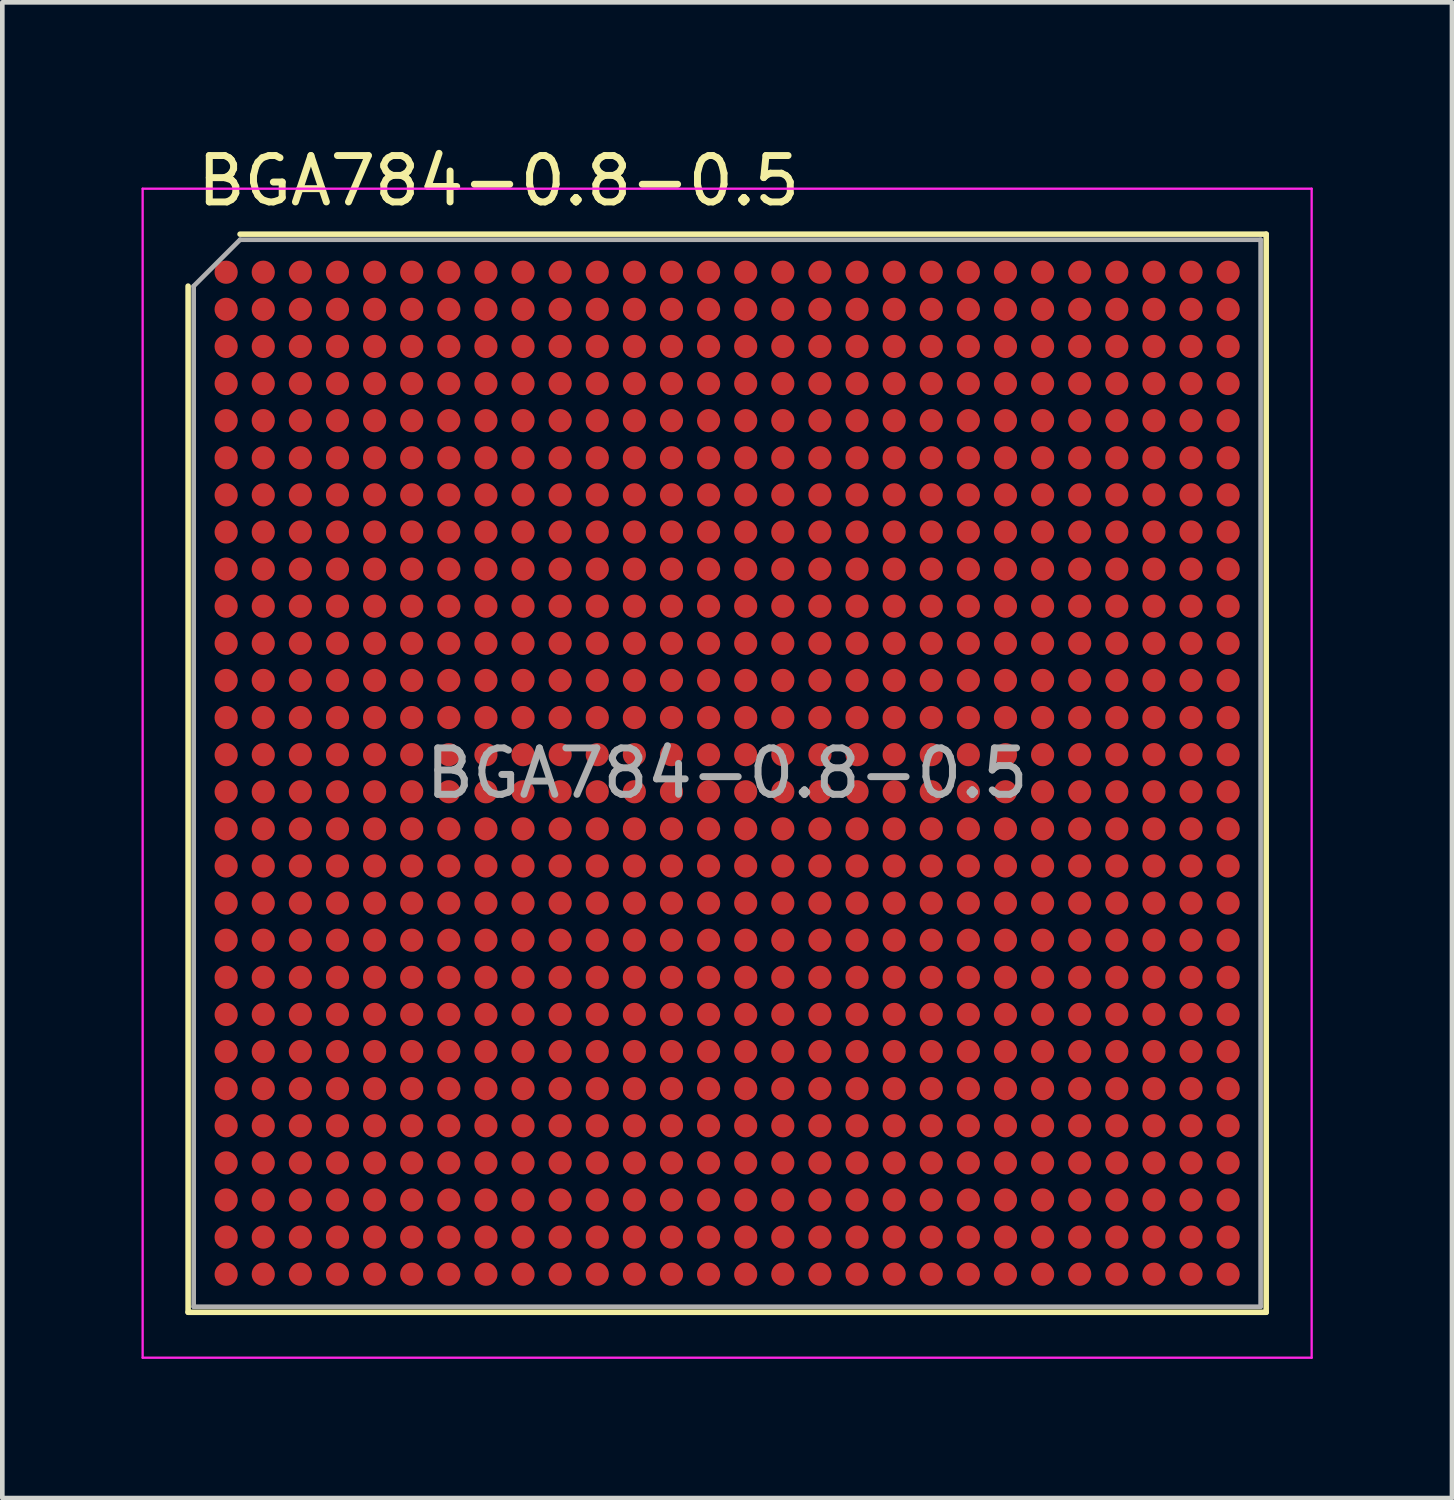
<source format=kicad_pcb>
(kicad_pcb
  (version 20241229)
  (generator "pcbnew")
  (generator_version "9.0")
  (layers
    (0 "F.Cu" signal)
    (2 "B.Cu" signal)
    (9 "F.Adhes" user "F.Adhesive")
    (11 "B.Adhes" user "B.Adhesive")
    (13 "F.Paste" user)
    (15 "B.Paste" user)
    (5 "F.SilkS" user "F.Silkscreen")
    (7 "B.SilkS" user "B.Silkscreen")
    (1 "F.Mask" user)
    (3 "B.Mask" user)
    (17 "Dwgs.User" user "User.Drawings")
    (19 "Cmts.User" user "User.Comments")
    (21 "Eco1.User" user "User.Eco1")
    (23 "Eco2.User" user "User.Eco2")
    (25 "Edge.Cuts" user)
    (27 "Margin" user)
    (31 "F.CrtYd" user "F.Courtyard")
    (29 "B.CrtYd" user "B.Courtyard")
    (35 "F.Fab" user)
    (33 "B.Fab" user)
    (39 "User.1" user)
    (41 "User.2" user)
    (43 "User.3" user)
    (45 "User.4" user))
  (footprint "BGA784-0.8-0.5"
    (layer "F.Cu")
    (at 12.625 13.618)
    (property "Reference" "BGA784-0.8-0.5" (at -11.5 -12.77 0) (layer "F.SilkS") (effects (font (size 1 1) (thickness 0.15)) (justify left)))
    (attr smd)
    (fp_line (start -11.62 -10.5) (end -11.62 11.62) (stroke (width 0.12) (type solid)) (layer "F.SilkS"))
    (fp_line (start -10.5 -11.62) (end 11.62 -11.62) (stroke (width 0.12) (type solid)) (layer "F.SilkS"))
    (fp_line (start 11.62 11.62) (end -11.62 11.62) (stroke (width 0.12) (type solid)) (layer "F.SilkS"))
    (fp_line (start 11.62 11.62) (end 11.62 -11.62) (stroke (width 0.12) (type solid)) (layer "F.SilkS"))
    (fp_line (start -12.6 -12.6) (end -12.6 12.6) (stroke (width 0.05) (type solid)) (layer "F.CrtYd"))
    (fp_line (start -12.6 -12.6) (end 12.6 -12.6) (stroke (width 0.05) (type solid)) (layer "F.CrtYd"))
    (fp_line (start 12.6 12.6) (end -12.6 12.6) (stroke (width 0.05) (type solid)) (layer "F.CrtYd"))
    (fp_line (start 12.6 12.6) (end 12.6 -12.6) (stroke (width 0.05) (type solid)) (layer "F.CrtYd"))
    (fp_line (start -11.5 -10.5) (end -11.5 11.5) (stroke (width 0.1) (type solid)) (layer "F.Fab"))
    (fp_line (start -10.5 -11.5) (end -11.5 -10.5) (stroke (width 0.1) (type solid)) (layer "F.Fab"))
    (fp_line (start -10.5 -11.5) (end 11.5 -11.5) (stroke (width 0.1) (type solid)) (layer "F.Fab"))
    (fp_line (start 11.5 11.5) (end -11.5 11.5) (stroke (width 0.1) (type solid)) (layer "F.Fab"))
    (fp_line (start 11.5 11.5) (end 11.5 -11.5) (stroke (width 0.1) (type solid)) (layer "F.Fab"))
    (fp_text user "${REFERENCE}" (at 0 0 0) (layer "F.Fab") (effects (font (size 1 1) (thickness 0.15))))
    (pad "A1" smd circle (at -10.8 -10.8) (size 0.5 0.5) (layers "F.Cu" "F.Mask" "F.Paste"))
    (pad "A2" smd circle (at -10 -10.8) (size 0.5 0.5) (layers "F.Cu" "F.Mask" "F.Paste"))
    (pad "A3" smd circle (at -9.2 -10.8) (size 0.5 0.5) (layers "F.Cu" "F.Mask" "F.Paste"))
    (pad "A4" smd circle (at -8.4 -10.8) (size 0.5 0.5) (layers "F.Cu" "F.Mask" "F.Paste"))
    (pad "A5" smd circle (at -7.6 -10.8) (size 0.5 0.5) (layers "F.Cu" "F.Mask" "F.Paste"))
    (pad "A6" smd circle (at -6.8 -10.8) (size 0.5 0.5) (layers "F.Cu" "F.Mask" "F.Paste"))
    (pad "A7" smd circle (at -6 -10.8) (size 0.5 0.5) (layers "F.Cu" "F.Mask" "F.Paste"))
    (pad "A8" smd circle (at -5.2 -10.8) (size 0.5 0.5) (layers "F.Cu" "F.Mask" "F.Paste"))
    (pad "A9" smd circle (at -4.4 -10.8) (size 0.5 0.5) (layers "F.Cu" "F.Mask" "F.Paste"))
    (pad "A10" smd circle (at -3.6 -10.8) (size 0.5 0.5) (layers "F.Cu" "F.Mask" "F.Paste"))
    (pad "A11" smd circle (at -2.8 -10.8) (size 0.5 0.5) (layers "F.Cu" "F.Mask" "F.Paste"))
    (pad "A12" smd circle (at -2 -10.8) (size 0.5 0.5) (layers "F.Cu" "F.Mask" "F.Paste"))
    (pad "A13" smd circle (at -1.2 -10.8) (size 0.5 0.5) (layers "F.Cu" "F.Mask" "F.Paste"))
    (pad "A14" smd circle (at -0.4 -10.8) (size 0.5 0.5) (layers "F.Cu" "F.Mask" "F.Paste"))
    (pad "A15" smd circle (at 0.4 -10.8) (size 0.5 0.5) (layers "F.Cu" "F.Mask" "F.Paste"))
    (pad "A16" smd circle (at 1.2 -10.8) (size 0.5 0.5) (layers "F.Cu" "F.Mask" "F.Paste"))
    (pad "A17" smd circle (at 2 -10.8) (size 0.5 0.5) (layers "F.Cu" "F.Mask" "F.Paste"))
    (pad "A18" smd circle (at 2.8 -10.8) (size 0.5 0.5) (layers "F.Cu" "F.Mask" "F.Paste"))
    (pad "A19" smd circle (at 3.6 -10.8) (size 0.5 0.5) (layers "F.Cu" "F.Mask" "F.Paste"))
    (pad "A20" smd circle (at 4.4 -10.8) (size 0.5 0.5) (layers "F.Cu" "F.Mask" "F.Paste"))
    (pad "A21" smd circle (at 5.2 -10.8) (size 0.5 0.5) (layers "F.Cu" "F.Mask" "F.Paste"))
    (pad "A22" smd circle (at 6 -10.8) (size 0.5 0.5) (layers "F.Cu" "F.Mask" "F.Paste"))
    (pad "A23" smd circle (at 6.8 -10.8) (size 0.5 0.5) (layers "F.Cu" "F.Mask" "F.Paste"))
    (pad "A24" smd circle (at 7.6 -10.8) (size 0.5 0.5) (layers "F.Cu" "F.Mask" "F.Paste"))
    (pad "A25" smd circle (at 8.4 -10.8) (size 0.5 0.5) (layers "F.Cu" "F.Mask" "F.Paste"))
    (pad "A26" smd circle (at 9.2 -10.8) (size 0.5 0.5) (layers "F.Cu" "F.Mask" "F.Paste"))
    (pad "A27" smd circle (at 10 -10.8) (size 0.5 0.5) (layers "F.Cu" "F.Mask" "F.Paste"))
    (pad "A28" smd circle (at 10.8 -10.8) (size 0.5 0.5) (layers "F.Cu" "F.Mask" "F.Paste"))
    (pad "AA1" smd circle (at -10.8 5.2) (size 0.5 0.5) (layers "F.Cu" "F.Mask" "F.Paste"))
    (pad "AA2" smd circle (at -10 5.2) (size 0.5 0.5) (layers "F.Cu" "F.Mask" "F.Paste"))
    (pad "AA3" smd circle (at -9.2 5.2) (size 0.5 0.5) (layers "F.Cu" "F.Mask" "F.Paste"))
    (pad "AA4" smd circle (at -8.4 5.2) (size 0.5 0.5) (layers "F.Cu" "F.Mask" "F.Paste"))
    (pad "AA5" smd circle (at -7.6 5.2) (size 0.5 0.5) (layers "F.Cu" "F.Mask" "F.Paste"))
    (pad "AA6" smd circle (at -6.8 5.2) (size 0.5 0.5) (layers "F.Cu" "F.Mask" "F.Paste"))
    (pad "AA7" smd circle (at -6 5.2) (size 0.5 0.5) (layers "F.Cu" "F.Mask" "F.Paste"))
    (pad "AA8" smd circle (at -5.2 5.2) (size 0.5 0.5) (layers "F.Cu" "F.Mask" "F.Paste"))
    (pad "AA9" smd circle (at -4.4 5.2) (size 0.5 0.5) (layers "F.Cu" "F.Mask" "F.Paste"))
    (pad "AA10" smd circle (at -3.6 5.2) (size 0.5 0.5) (layers "F.Cu" "F.Mask" "F.Paste"))
    (pad "AA11" smd circle (at -2.8 5.2) (size 0.5 0.5) (layers "F.Cu" "F.Mask" "F.Paste"))
    (pad "AA12" smd circle (at -2 5.2) (size 0.5 0.5) (layers "F.Cu" "F.Mask" "F.Paste"))
    (pad "AA13" smd circle (at -1.2 5.2) (size 0.5 0.5) (layers "F.Cu" "F.Mask" "F.Paste"))
    (pad "AA14" smd circle (at -0.4 5.2) (size 0.5 0.5) (layers "F.Cu" "F.Mask" "F.Paste"))
    (pad "AA15" smd circle (at 0.4 5.2) (size 0.5 0.5) (layers "F.Cu" "F.Mask" "F.Paste"))
    (pad "AA16" smd circle (at 1.2 5.2) (size 0.5 0.5) (layers "F.Cu" "F.Mask" "F.Paste"))
    (pad "AA17" smd circle (at 2 5.2) (size 0.5 0.5) (layers "F.Cu" "F.Mask" "F.Paste"))
    (pad "AA18" smd circle (at 2.8 5.2) (size 0.5 0.5) (layers "F.Cu" "F.Mask" "F.Paste"))
    (pad "AA19" smd circle (at 3.6 5.2) (size 0.5 0.5) (layers "F.Cu" "F.Mask" "F.Paste"))
    (pad "AA20" smd circle (at 4.4 5.2) (size 0.5 0.5) (layers "F.Cu" "F.Mask" "F.Paste"))
    (pad "AA21" smd circle (at 5.2 5.2) (size 0.5 0.5) (layers "F.Cu" "F.Mask" "F.Paste"))
    (pad "AA22" smd circle (at 6 5.2) (size 0.5 0.5) (layers "F.Cu" "F.Mask" "F.Paste"))
    (pad "AA23" smd circle (at 6.8 5.2) (size 0.5 0.5) (layers "F.Cu" "F.Mask" "F.Paste"))
    (pad "AA24" smd circle (at 7.6 5.2) (size 0.5 0.5) (layers "F.Cu" "F.Mask" "F.Paste"))
    (pad "AA25" smd circle (at 8.4 5.2) (size 0.5 0.5) (layers "F.Cu" "F.Mask" "F.Paste"))
    (pad "AA26" smd circle (at 9.2 5.2) (size 0.5 0.5) (layers "F.Cu" "F.Mask" "F.Paste"))
    (pad "AA27" smd circle (at 10 5.2) (size 0.5 0.5) (layers "F.Cu" "F.Mask" "F.Paste"))
    (pad "AA28" smd circle (at 10.8 5.2) (size 0.5 0.5) (layers "F.Cu" "F.Mask" "F.Paste"))
    (pad "AB1" smd circle (at -10.8 6) (size 0.5 0.5) (layers "F.Cu" "F.Mask" "F.Paste"))
    (pad "AB2" smd circle (at -10 6) (size 0.5 0.5) (layers "F.Cu" "F.Mask" "F.Paste"))
    (pad "AB3" smd circle (at -9.2 6) (size 0.5 0.5) (layers "F.Cu" "F.Mask" "F.Paste"))
    (pad "AB4" smd circle (at -8.4 6) (size 0.5 0.5) (layers "F.Cu" "F.Mask" "F.Paste"))
    (pad "AB5" smd circle (at -7.6 6) (size 0.5 0.5) (layers "F.Cu" "F.Mask" "F.Paste"))
    (pad "AB6" smd circle (at -6.8 6) (size 0.5 0.5) (layers "F.Cu" "F.Mask" "F.Paste"))
    (pad "AB7" smd circle (at -6 6) (size 0.5 0.5) (layers "F.Cu" "F.Mask" "F.Paste"))
    (pad "AB8" smd circle (at -5.2 6) (size 0.5 0.5) (layers "F.Cu" "F.Mask" "F.Paste"))
    (pad "AB9" smd circle (at -4.4 6) (size 0.5 0.5) (layers "F.Cu" "F.Mask" "F.Paste"))
    (pad "AB10" smd circle (at -3.6 6) (size 0.5 0.5) (layers "F.Cu" "F.Mask" "F.Paste"))
    (pad "AB11" smd circle (at -2.8 6) (size 0.5 0.5) (layers "F.Cu" "F.Mask" "F.Paste"))
    (pad "AB12" smd circle (at -2 6) (size 0.5 0.5) (layers "F.Cu" "F.Mask" "F.Paste"))
    (pad "AB13" smd circle (at -1.2 6) (size 0.5 0.5) (layers "F.Cu" "F.Mask" "F.Paste"))
    (pad "AB14" smd circle (at -0.4 6) (size 0.5 0.5) (layers "F.Cu" "F.Mask" "F.Paste"))
    (pad "AB15" smd circle (at 0.4 6) (size 0.5 0.5) (layers "F.Cu" "F.Mask" "F.Paste"))
    (pad "AB16" smd circle (at 1.2 6) (size 0.5 0.5) (layers "F.Cu" "F.Mask" "F.Paste"))
    (pad "AB17" smd circle (at 2 6) (size 0.5 0.5) (layers "F.Cu" "F.Mask" "F.Paste"))
    (pad "AB18" smd circle (at 2.8 6) (size 0.5 0.5) (layers "F.Cu" "F.Mask" "F.Paste"))
    (pad "AB19" smd circle (at 3.6 6) (size 0.5 0.5) (layers "F.Cu" "F.Mask" "F.Paste"))
    (pad "AB20" smd circle (at 4.4 6) (size 0.5 0.5) (layers "F.Cu" "F.Mask" "F.Paste"))
    (pad "AB21" smd circle (at 5.2 6) (size 0.5 0.5) (layers "F.Cu" "F.Mask" "F.Paste"))
    (pad "AB22" smd circle (at 6 6) (size 0.5 0.5) (layers "F.Cu" "F.Mask" "F.Paste"))
    (pad "AB23" smd circle (at 6.8 6) (size 0.5 0.5) (layers "F.Cu" "F.Mask" "F.Paste"))
    (pad "AB24" smd circle (at 7.6 6) (size 0.5 0.5) (layers "F.Cu" "F.Mask" "F.Paste"))
    (pad "AB25" smd circle (at 8.4 6) (size 0.5 0.5) (layers "F.Cu" "F.Mask" "F.Paste"))
    (pad "AB26" smd circle (at 9.2 6) (size 0.5 0.5) (layers "F.Cu" "F.Mask" "F.Paste"))
    (pad "AB27" smd circle (at 10 6) (size 0.5 0.5) (layers "F.Cu" "F.Mask" "F.Paste"))
    (pad "AB28" smd circle (at 10.8 6) (size 0.5 0.5) (layers "F.Cu" "F.Mask" "F.Paste"))
    (pad "AC1" smd circle (at -10.8 6.8) (size 0.5 0.5) (layers "F.Cu" "F.Mask" "F.Paste"))
    (pad "AC2" smd circle (at -10 6.8) (size 0.5 0.5) (layers "F.Cu" "F.Mask" "F.Paste"))
    (pad "AC3" smd circle (at -9.2 6.8) (size 0.5 0.5) (layers "F.Cu" "F.Mask" "F.Paste"))
    (pad "AC4" smd circle (at -8.4 6.8) (size 0.5 0.5) (layers "F.Cu" "F.Mask" "F.Paste"))
    (pad "AC5" smd circle (at -7.6 6.8) (size 0.5 0.5) (layers "F.Cu" "F.Mask" "F.Paste"))
    (pad "AC6" smd circle (at -6.8 6.8) (size 0.5 0.5) (layers "F.Cu" "F.Mask" "F.Paste"))
    (pad "AC7" smd circle (at -6 6.8) (size 0.5 0.5) (layers "F.Cu" "F.Mask" "F.Paste"))
    (pad "AC8" smd circle (at -5.2 6.8) (size 0.5 0.5) (layers "F.Cu" "F.Mask" "F.Paste"))
    (pad "AC9" smd circle (at -4.4 6.8) (size 0.5 0.5) (layers "F.Cu" "F.Mask" "F.Paste"))
    (pad "AC10" smd circle (at -3.6 6.8) (size 0.5 0.5) (layers "F.Cu" "F.Mask" "F.Paste"))
    (pad "AC11" smd circle (at -2.8 6.8) (size 0.5 0.5) (layers "F.Cu" "F.Mask" "F.Paste"))
    (pad "AC12" smd circle (at -2 6.8) (size 0.5 0.5) (layers "F.Cu" "F.Mask" "F.Paste"))
    (pad "AC13" smd circle (at -1.2 6.8) (size 0.5 0.5) (layers "F.Cu" "F.Mask" "F.Paste"))
    (pad "AC14" smd circle (at -0.4 6.8) (size 0.5 0.5) (layers "F.Cu" "F.Mask" "F.Paste"))
    (pad "AC15" smd circle (at 0.4 6.8) (size 0.5 0.5) (layers "F.Cu" "F.Mask" "F.Paste"))
    (pad "AC16" smd circle (at 1.2 6.8) (size 0.5 0.5) (layers "F.Cu" "F.Mask" "F.Paste"))
    (pad "AC17" smd circle (at 2 6.8) (size 0.5 0.5) (layers "F.Cu" "F.Mask" "F.Paste"))
    (pad "AC18" smd circle (at 2.8 6.8) (size 0.5 0.5) (layers "F.Cu" "F.Mask" "F.Paste"))
    (pad "AC19" smd circle (at 3.6 6.8) (size 0.5 0.5) (layers "F.Cu" "F.Mask" "F.Paste"))
    (pad "AC20" smd circle (at 4.4 6.8) (size 0.5 0.5) (layers "F.Cu" "F.Mask" "F.Paste"))
    (pad "AC21" smd circle (at 5.2 6.8) (size 0.5 0.5) (layers "F.Cu" "F.Mask" "F.Paste"))
    (pad "AC22" smd circle (at 6 6.8) (size 0.5 0.5) (layers "F.Cu" "F.Mask" "F.Paste"))
    (pad "AC23" smd circle (at 6.8 6.8) (size 0.5 0.5) (layers "F.Cu" "F.Mask" "F.Paste"))
    (pad "AC24" smd circle (at 7.6 6.8) (size 0.5 0.5) (layers "F.Cu" "F.Mask" "F.Paste"))
    (pad "AC25" smd circle (at 8.4 6.8) (size 0.5 0.5) (layers "F.Cu" "F.Mask" "F.Paste"))
    (pad "AC26" smd circle (at 9.2 6.8) (size 0.5 0.5) (layers "F.Cu" "F.Mask" "F.Paste"))
    (pad "AC27" smd circle (at 10 6.8) (size 0.5 0.5) (layers "F.Cu" "F.Mask" "F.Paste"))
    (pad "AC28" smd circle (at 10.8 6.8) (size 0.5 0.5) (layers "F.Cu" "F.Mask" "F.Paste"))
    (pad "AD1" smd circle (at -10.8 7.6) (size 0.5 0.5) (layers "F.Cu" "F.Mask" "F.Paste"))
    (pad "AD2" smd circle (at -10 7.6) (size 0.5 0.5) (layers "F.Cu" "F.Mask" "F.Paste"))
    (pad "AD3" smd circle (at -9.2 7.6) (size 0.5 0.5) (layers "F.Cu" "F.Mask" "F.Paste"))
    (pad "AD4" smd circle (at -8.4 7.6) (size 0.5 0.5) (layers "F.Cu" "F.Mask" "F.Paste"))
    (pad "AD5" smd circle (at -7.6 7.6) (size 0.5 0.5) (layers "F.Cu" "F.Mask" "F.Paste"))
    (pad "AD6" smd circle (at -6.8 7.6) (size 0.5 0.5) (layers "F.Cu" "F.Mask" "F.Paste"))
    (pad "AD7" smd circle (at -6 7.6) (size 0.5 0.5) (layers "F.Cu" "F.Mask" "F.Paste"))
    (pad "AD8" smd circle (at -5.2 7.6) (size 0.5 0.5) (layers "F.Cu" "F.Mask" "F.Paste"))
    (pad "AD9" smd circle (at -4.4 7.6) (size 0.5 0.5) (layers "F.Cu" "F.Mask" "F.Paste"))
    (pad "AD10" smd circle (at -3.6 7.6) (size 0.5 0.5) (layers "F.Cu" "F.Mask" "F.Paste"))
    (pad "AD11" smd circle (at -2.8 7.6) (size 0.5 0.5) (layers "F.Cu" "F.Mask" "F.Paste"))
    (pad "AD12" smd circle (at -2 7.6) (size 0.5 0.5) (layers "F.Cu" "F.Mask" "F.Paste"))
    (pad "AD13" smd circle (at -1.2 7.6) (size 0.5 0.5) (layers "F.Cu" "F.Mask" "F.Paste"))
    (pad "AD14" smd circle (at -0.4 7.6) (size 0.5 0.5) (layers "F.Cu" "F.Mask" "F.Paste"))
    (pad "AD15" smd circle (at 0.4 7.6) (size 0.5 0.5) (layers "F.Cu" "F.Mask" "F.Paste"))
    (pad "AD16" smd circle (at 1.2 7.6) (size 0.5 0.5) (layers "F.Cu" "F.Mask" "F.Paste"))
    (pad "AD17" smd circle (at 2 7.6) (size 0.5 0.5) (layers "F.Cu" "F.Mask" "F.Paste"))
    (pad "AD18" smd circle (at 2.8 7.6) (size 0.5 0.5) (layers "F.Cu" "F.Mask" "F.Paste"))
    (pad "AD19" smd circle (at 3.6 7.6) (size 0.5 0.5) (layers "F.Cu" "F.Mask" "F.Paste"))
    (pad "AD20" smd circle (at 4.4 7.6) (size 0.5 0.5) (layers "F.Cu" "F.Mask" "F.Paste"))
    (pad "AD21" smd circle (at 5.2 7.6) (size 0.5 0.5) (layers "F.Cu" "F.Mask" "F.Paste"))
    (pad "AD22" smd circle (at 6 7.6) (size 0.5 0.5) (layers "F.Cu" "F.Mask" "F.Paste"))
    (pad "AD23" smd circle (at 6.8 7.6) (size 0.5 0.5) (layers "F.Cu" "F.Mask" "F.Paste"))
    (pad "AD24" smd circle (at 7.6 7.6) (size 0.5 0.5) (layers "F.Cu" "F.Mask" "F.Paste"))
    (pad "AD25" smd circle (at 8.4 7.6) (size 0.5 0.5) (layers "F.Cu" "F.Mask" "F.Paste"))
    (pad "AD26" smd circle (at 9.2 7.6) (size 0.5 0.5) (layers "F.Cu" "F.Mask" "F.Paste"))
    (pad "AD27" smd circle (at 10 7.6) (size 0.5 0.5) (layers "F.Cu" "F.Mask" "F.Paste"))
    (pad "AD28" smd circle (at 10.8 7.6) (size 0.5 0.5) (layers "F.Cu" "F.Mask" "F.Paste"))
    (pad "AE1" smd circle (at -10.8 8.4) (size 0.5 0.5) (layers "F.Cu" "F.Mask" "F.Paste"))
    (pad "AE2" smd circle (at -10 8.4) (size 0.5 0.5) (layers "F.Cu" "F.Mask" "F.Paste"))
    (pad "AE3" smd circle (at -9.2 8.4) (size 0.5 0.5) (layers "F.Cu" "F.Mask" "F.Paste"))
    (pad "AE4" smd circle (at -8.4 8.4) (size 0.5 0.5) (layers "F.Cu" "F.Mask" "F.Paste"))
    (pad "AE5" smd circle (at -7.6 8.4) (size 0.5 0.5) (layers "F.Cu" "F.Mask" "F.Paste"))
    (pad "AE6" smd circle (at -6.8 8.4) (size 0.5 0.5) (layers "F.Cu" "F.Mask" "F.Paste"))
    (pad "AE7" smd circle (at -6 8.4) (size 0.5 0.5) (layers "F.Cu" "F.Mask" "F.Paste"))
    (pad "AE8" smd circle (at -5.2 8.4) (size 0.5 0.5) (layers "F.Cu" "F.Mask" "F.Paste"))
    (pad "AE9" smd circle (at -4.4 8.4) (size 0.5 0.5) (layers "F.Cu" "F.Mask" "F.Paste"))
    (pad "AE10" smd circle (at -3.6 8.4) (size 0.5 0.5) (layers "F.Cu" "F.Mask" "F.Paste"))
    (pad "AE11" smd circle (at -2.8 8.4) (size 0.5 0.5) (layers "F.Cu" "F.Mask" "F.Paste"))
    (pad "AE12" smd circle (at -2 8.4) (size 0.5 0.5) (layers "F.Cu" "F.Mask" "F.Paste"))
    (pad "AE13" smd circle (at -1.2 8.4) (size 0.5 0.5) (layers "F.Cu" "F.Mask" "F.Paste"))
    (pad "AE14" smd circle (at -0.4 8.4) (size 0.5 0.5) (layers "F.Cu" "F.Mask" "F.Paste"))
    (pad "AE15" smd circle (at 0.4 8.4) (size 0.5 0.5) (layers "F.Cu" "F.Mask" "F.Paste"))
    (pad "AE16" smd circle (at 1.2 8.4) (size 0.5 0.5) (layers "F.Cu" "F.Mask" "F.Paste"))
    (pad "AE17" smd circle (at 2 8.4) (size 0.5 0.5) (layers "F.Cu" "F.Mask" "F.Paste"))
    (pad "AE18" smd circle (at 2.8 8.4) (size 0.5 0.5) (layers "F.Cu" "F.Mask" "F.Paste"))
    (pad "AE19" smd circle (at 3.6 8.4) (size 0.5 0.5) (layers "F.Cu" "F.Mask" "F.Paste"))
    (pad "AE20" smd circle (at 4.4 8.4) (size 0.5 0.5) (layers "F.Cu" "F.Mask" "F.Paste"))
    (pad "AE21" smd circle (at 5.2 8.4) (size 0.5 0.5) (layers "F.Cu" "F.Mask" "F.Paste"))
    (pad "AE22" smd circle (at 6 8.4) (size 0.5 0.5) (layers "F.Cu" "F.Mask" "F.Paste"))
    (pad "AE23" smd circle (at 6.8 8.4) (size 0.5 0.5) (layers "F.Cu" "F.Mask" "F.Paste"))
    (pad "AE24" smd circle (at 7.6 8.4) (size 0.5 0.5) (layers "F.Cu" "F.Mask" "F.Paste"))
    (pad "AE25" smd circle (at 8.4 8.4) (size 0.5 0.5) (layers "F.Cu" "F.Mask" "F.Paste"))
    (pad "AE26" smd circle (at 9.2 8.4) (size 0.5 0.5) (layers "F.Cu" "F.Mask" "F.Paste"))
    (pad "AE27" smd circle (at 10 8.4) (size 0.5 0.5) (layers "F.Cu" "F.Mask" "F.Paste"))
    (pad "AE28" smd circle (at 10.8 8.4) (size 0.5 0.5) (layers "F.Cu" "F.Mask" "F.Paste"))
    (pad "AF1" smd circle (at -10.8 9.2) (size 0.5 0.5) (layers "F.Cu" "F.Mask" "F.Paste"))
    (pad "AF2" smd circle (at -10 9.2) (size 0.5 0.5) (layers "F.Cu" "F.Mask" "F.Paste"))
    (pad "AF3" smd circle (at -9.2 9.2) (size 0.5 0.5) (layers "F.Cu" "F.Mask" "F.Paste"))
    (pad "AF4" smd circle (at -8.4 9.2) (size 0.5 0.5) (layers "F.Cu" "F.Mask" "F.Paste"))
    (pad "AF5" smd circle (at -7.6 9.2) (size 0.5 0.5) (layers "F.Cu" "F.Mask" "F.Paste"))
    (pad "AF6" smd circle (at -6.8 9.2) (size 0.5 0.5) (layers "F.Cu" "F.Mask" "F.Paste"))
    (pad "AF7" smd circle (at -6 9.2) (size 0.5 0.5) (layers "F.Cu" "F.Mask" "F.Paste"))
    (pad "AF8" smd circle (at -5.2 9.2) (size 0.5 0.5) (layers "F.Cu" "F.Mask" "F.Paste"))
    (pad "AF9" smd circle (at -4.4 9.2) (size 0.5 0.5) (layers "F.Cu" "F.Mask" "F.Paste"))
    (pad "AF10" smd circle (at -3.6 9.2) (size 0.5 0.5) (layers "F.Cu" "F.Mask" "F.Paste"))
    (pad "AF11" smd circle (at -2.8 9.2) (size 0.5 0.5) (layers "F.Cu" "F.Mask" "F.Paste"))
    (pad "AF12" smd circle (at -2 9.2) (size 0.5 0.5) (layers "F.Cu" "F.Mask" "F.Paste"))
    (pad "AF13" smd circle (at -1.2 9.2) (size 0.5 0.5) (layers "F.Cu" "F.Mask" "F.Paste"))
    (pad "AF14" smd circle (at -0.4 9.2) (size 0.5 0.5) (layers "F.Cu" "F.Mask" "F.Paste"))
    (pad "AF15" smd circle (at 0.4 9.2) (size 0.5 0.5) (layers "F.Cu" "F.Mask" "F.Paste"))
    (pad "AF16" smd circle (at 1.2 9.2) (size 0.5 0.5) (layers "F.Cu" "F.Mask" "F.Paste"))
    (pad "AF17" smd circle (at 2 9.2) (size 0.5 0.5) (layers "F.Cu" "F.Mask" "F.Paste"))
    (pad "AF18" smd circle (at 2.8 9.2) (size 0.5 0.5) (layers "F.Cu" "F.Mask" "F.Paste"))
    (pad "AF19" smd circle (at 3.6 9.2) (size 0.5 0.5) (layers "F.Cu" "F.Mask" "F.Paste"))
    (pad "AF20" smd circle (at 4.4 9.2) (size 0.5 0.5) (layers "F.Cu" "F.Mask" "F.Paste"))
    (pad "AF21" smd circle (at 5.2 9.2) (size 0.5 0.5) (layers "F.Cu" "F.Mask" "F.Paste"))
    (pad "AF22" smd circle (at 6 9.2) (size 0.5 0.5) (layers "F.Cu" "F.Mask" "F.Paste"))
    (pad "AF23" smd circle (at 6.8 9.2) (size 0.5 0.5) (layers "F.Cu" "F.Mask" "F.Paste"))
    (pad "AF24" smd circle (at 7.6 9.2) (size 0.5 0.5) (layers "F.Cu" "F.Mask" "F.Paste"))
    (pad "AF25" smd circle (at 8.4 9.2) (size 0.5 0.5) (layers "F.Cu" "F.Mask" "F.Paste"))
    (pad "AF26" smd circle (at 9.2 9.2) (size 0.5 0.5) (layers "F.Cu" "F.Mask" "F.Paste"))
    (pad "AF27" smd circle (at 10 9.2) (size 0.5 0.5) (layers "F.Cu" "F.Mask" "F.Paste"))
    (pad "AF28" smd circle (at 10.8 9.2) (size 0.5 0.5) (layers "F.Cu" "F.Mask" "F.Paste"))
    (pad "AG1" smd circle (at -10.8 10) (size 0.5 0.5) (layers "F.Cu" "F.Mask" "F.Paste"))
    (pad "AG2" smd circle (at -10 10) (size 0.5 0.5) (layers "F.Cu" "F.Mask" "F.Paste"))
    (pad "AG3" smd circle (at -9.2 10) (size 0.5 0.5) (layers "F.Cu" "F.Mask" "F.Paste"))
    (pad "AG4" smd circle (at -8.4 10) (size 0.5 0.5) (layers "F.Cu" "F.Mask" "F.Paste"))
    (pad "AG5" smd circle (at -7.6 10) (size 0.5 0.5) (layers "F.Cu" "F.Mask" "F.Paste"))
    (pad "AG6" smd circle (at -6.8 10) (size 0.5 0.5) (layers "F.Cu" "F.Mask" "F.Paste"))
    (pad "AG7" smd circle (at -6 10) (size 0.5 0.5) (layers "F.Cu" "F.Mask" "F.Paste"))
    (pad "AG8" smd circle (at -5.2 10) (size 0.5 0.5) (layers "F.Cu" "F.Mask" "F.Paste"))
    (pad "AG9" smd circle (at -4.4 10) (size 0.5 0.5) (layers "F.Cu" "F.Mask" "F.Paste"))
    (pad "AG10" smd circle (at -3.6 10) (size 0.5 0.5) (layers "F.Cu" "F.Mask" "F.Paste"))
    (pad "AG11" smd circle (at -2.8 10) (size 0.5 0.5) (layers "F.Cu" "F.Mask" "F.Paste"))
    (pad "AG12" smd circle (at -2 10) (size 0.5 0.5) (layers "F.Cu" "F.Mask" "F.Paste"))
    (pad "AG13" smd circle (at -1.2 10) (size 0.5 0.5) (layers "F.Cu" "F.Mask" "F.Paste"))
    (pad "AG14" smd circle (at -0.4 10) (size 0.5 0.5) (layers "F.Cu" "F.Mask" "F.Paste"))
    (pad "AG15" smd circle (at 0.4 10) (size 0.5 0.5) (layers "F.Cu" "F.Mask" "F.Paste"))
    (pad "AG16" smd circle (at 1.2 10) (size 0.5 0.5) (layers "F.Cu" "F.Mask" "F.Paste"))
    (pad "AG17" smd circle (at 2 10) (size 0.5 0.5) (layers "F.Cu" "F.Mask" "F.Paste"))
    (pad "AG18" smd circle (at 2.8 10) (size 0.5 0.5) (layers "F.Cu" "F.Mask" "F.Paste"))
    (pad "AG19" smd circle (at 3.6 10) (size 0.5 0.5) (layers "F.Cu" "F.Mask" "F.Paste"))
    (pad "AG20" smd circle (at 4.4 10) (size 0.5 0.5) (layers "F.Cu" "F.Mask" "F.Paste"))
    (pad "AG21" smd circle (at 5.2 10) (size 0.5 0.5) (layers "F.Cu" "F.Mask" "F.Paste"))
    (pad "AG22" smd circle (at 6 10) (size 0.5 0.5) (layers "F.Cu" "F.Mask" "F.Paste"))
    (pad "AG23" smd circle (at 6.8 10) (size 0.5 0.5) (layers "F.Cu" "F.Mask" "F.Paste"))
    (pad "AG24" smd circle (at 7.6 10) (size 0.5 0.5) (layers "F.Cu" "F.Mask" "F.Paste"))
    (pad "AG25" smd circle (at 8.4 10) (size 0.5 0.5) (layers "F.Cu" "F.Mask" "F.Paste"))
    (pad "AG26" smd circle (at 9.2 10) (size 0.5 0.5) (layers "F.Cu" "F.Mask" "F.Paste"))
    (pad "AG27" smd circle (at 10 10) (size 0.5 0.5) (layers "F.Cu" "F.Mask" "F.Paste"))
    (pad "AG28" smd circle (at 10.8 10) (size 0.5 0.5) (layers "F.Cu" "F.Mask" "F.Paste"))
    (pad "AH1" smd circle (at -10.8 10.8) (size 0.5 0.5) (layers "F.Cu" "F.Mask" "F.Paste"))
    (pad "AH2" smd circle (at -10 10.8) (size 0.5 0.5) (layers "F.Cu" "F.Mask" "F.Paste"))
    (pad "AH3" smd circle (at -9.2 10.8) (size 0.5 0.5) (layers "F.Cu" "F.Mask" "F.Paste"))
    (pad "AH4" smd circle (at -8.4 10.8) (size 0.5 0.5) (layers "F.Cu" "F.Mask" "F.Paste"))
    (pad "AH5" smd circle (at -7.6 10.8) (size 0.5 0.5) (layers "F.Cu" "F.Mask" "F.Paste"))
    (pad "AH6" smd circle (at -6.8 10.8) (size 0.5 0.5) (layers "F.Cu" "F.Mask" "F.Paste"))
    (pad "AH7" smd circle (at -6 10.8) (size 0.5 0.5) (layers "F.Cu" "F.Mask" "F.Paste"))
    (pad "AH8" smd circle (at -5.2 10.8) (size 0.5 0.5) (layers "F.Cu" "F.Mask" "F.Paste"))
    (pad "AH9" smd circle (at -4.4 10.8) (size 0.5 0.5) (layers "F.Cu" "F.Mask" "F.Paste"))
    (pad "AH10" smd circle (at -3.6 10.8) (size 0.5 0.5) (layers "F.Cu" "F.Mask" "F.Paste"))
    (pad "AH11" smd circle (at -2.8 10.8) (size 0.5 0.5) (layers "F.Cu" "F.Mask" "F.Paste"))
    (pad "AH12" smd circle (at -2 10.8) (size 0.5 0.5) (layers "F.Cu" "F.Mask" "F.Paste"))
    (pad "AH13" smd circle (at -1.2 10.8) (size 0.5 0.5) (layers "F.Cu" "F.Mask" "F.Paste"))
    (pad "AH14" smd circle (at -0.4 10.8) (size 0.5 0.5) (layers "F.Cu" "F.Mask" "F.Paste"))
    (pad "AH15" smd circle (at 0.4 10.8) (size 0.5 0.5) (layers "F.Cu" "F.Mask" "F.Paste"))
    (pad "AH16" smd circle (at 1.2 10.8) (size 0.5 0.5) (layers "F.Cu" "F.Mask" "F.Paste"))
    (pad "AH17" smd circle (at 2 10.8) (size 0.5 0.5) (layers "F.Cu" "F.Mask" "F.Paste"))
    (pad "AH18" smd circle (at 2.8 10.8) (size 0.5 0.5) (layers "F.Cu" "F.Mask" "F.Paste"))
    (pad "AH19" smd circle (at 3.6 10.8) (size 0.5 0.5) (layers "F.Cu" "F.Mask" "F.Paste"))
    (pad "AH20" smd circle (at 4.4 10.8) (size 0.5 0.5) (layers "F.Cu" "F.Mask" "F.Paste"))
    (pad "AH21" smd circle (at 5.2 10.8) (size 0.5 0.5) (layers "F.Cu" "F.Mask" "F.Paste"))
    (pad "AH22" smd circle (at 6 10.8) (size 0.5 0.5) (layers "F.Cu" "F.Mask" "F.Paste"))
    (pad "AH23" smd circle (at 6.8 10.8) (size 0.5 0.5) (layers "F.Cu" "F.Mask" "F.Paste"))
    (pad "AH24" smd circle (at 7.6 10.8) (size 0.5 0.5) (layers "F.Cu" "F.Mask" "F.Paste"))
    (pad "AH25" smd circle (at 8.4 10.8) (size 0.5 0.5) (layers "F.Cu" "F.Mask" "F.Paste"))
    (pad "AH26" smd circle (at 9.2 10.8) (size 0.5 0.5) (layers "F.Cu" "F.Mask" "F.Paste"))
    (pad "AH27" smd circle (at 10 10.8) (size 0.5 0.5) (layers "F.Cu" "F.Mask" "F.Paste"))
    (pad "AH28" smd circle (at 10.8 10.8) (size 0.5 0.5) (layers "F.Cu" "F.Mask" "F.Paste"))
    (pad "B1" smd circle (at -10.8 -10) (size 0.5 0.5) (layers "F.Cu" "F.Mask" "F.Paste"))
    (pad "B2" smd circle (at -10 -10) (size 0.5 0.5) (layers "F.Cu" "F.Mask" "F.Paste"))
    (pad "B3" smd circle (at -9.2 -10) (size 0.5 0.5) (layers "F.Cu" "F.Mask" "F.Paste"))
    (pad "B4" smd circle (at -8.4 -10) (size 0.5 0.5) (layers "F.Cu" "F.Mask" "F.Paste"))
    (pad "B5" smd circle (at -7.6 -10) (size 0.5 0.5) (layers "F.Cu" "F.Mask" "F.Paste"))
    (pad "B6" smd circle (at -6.8 -10) (size 0.5 0.5) (layers "F.Cu" "F.Mask" "F.Paste"))
    (pad "B7" smd circle (at -6 -10) (size 0.5 0.5) (layers "F.Cu" "F.Mask" "F.Paste"))
    (pad "B8" smd circle (at -5.2 -10) (size 0.5 0.5) (layers "F.Cu" "F.Mask" "F.Paste"))
    (pad "B9" smd circle (at -4.4 -10) (size 0.5 0.5) (layers "F.Cu" "F.Mask" "F.Paste"))
    (pad "B10" smd circle (at -3.6 -10) (size 0.5 0.5) (layers "F.Cu" "F.Mask" "F.Paste"))
    (pad "B11" smd circle (at -2.8 -10) (size 0.5 0.5) (layers "F.Cu" "F.Mask" "F.Paste"))
    (pad "B12" smd circle (at -2 -10) (size 0.5 0.5) (layers "F.Cu" "F.Mask" "F.Paste"))
    (pad "B13" smd circle (at -1.2 -10) (size 0.5 0.5) (layers "F.Cu" "F.Mask" "F.Paste"))
    (pad "B14" smd circle (at -0.4 -10) (size 0.5 0.5) (layers "F.Cu" "F.Mask" "F.Paste"))
    (pad "B15" smd circle (at 0.4 -10) (size 0.5 0.5) (layers "F.Cu" "F.Mask" "F.Paste"))
    (pad "B16" smd circle (at 1.2 -10) (size 0.5 0.5) (layers "F.Cu" "F.Mask" "F.Paste"))
    (pad "B17" smd circle (at 2 -10) (size 0.5 0.5) (layers "F.Cu" "F.Mask" "F.Paste"))
    (pad "B18" smd circle (at 2.8 -10) (size 0.5 0.5) (layers "F.Cu" "F.Mask" "F.Paste"))
    (pad "B19" smd circle (at 3.6 -10) (size 0.5 0.5) (layers "F.Cu" "F.Mask" "F.Paste"))
    (pad "B20" smd circle (at 4.4 -10) (size 0.5 0.5) (layers "F.Cu" "F.Mask" "F.Paste"))
    (pad "B21" smd circle (at 5.2 -10) (size 0.5 0.5) (layers "F.Cu" "F.Mask" "F.Paste"))
    (pad "B22" smd circle (at 6 -10) (size 0.5 0.5) (layers "F.Cu" "F.Mask" "F.Paste"))
    (pad "B23" smd circle (at 6.8 -10) (size 0.5 0.5) (layers "F.Cu" "F.Mask" "F.Paste"))
    (pad "B24" smd circle (at 7.6 -10) (size 0.5 0.5) (layers "F.Cu" "F.Mask" "F.Paste"))
    (pad "B25" smd circle (at 8.4 -10) (size 0.5 0.5) (layers "F.Cu" "F.Mask" "F.Paste"))
    (pad "B26" smd circle (at 9.2 -10) (size 0.5 0.5) (layers "F.Cu" "F.Mask" "F.Paste"))
    (pad "B27" smd circle (at 10 -10) (size 0.5 0.5) (layers "F.Cu" "F.Mask" "F.Paste"))
    (pad "B28" smd circle (at 10.8 -10) (size 0.5 0.5) (layers "F.Cu" "F.Mask" "F.Paste"))
    (pad "C1" smd circle (at -10.8 -9.2) (size 0.5 0.5) (layers "F.Cu" "F.Mask" "F.Paste"))
    (pad "C2" smd circle (at -10 -9.2) (size 0.5 0.5) (layers "F.Cu" "F.Mask" "F.Paste"))
    (pad "C3" smd circle (at -9.2 -9.2) (size 0.5 0.5) (layers "F.Cu" "F.Mask" "F.Paste"))
    (pad "C4" smd circle (at -8.4 -9.2) (size 0.5 0.5) (layers "F.Cu" "F.Mask" "F.Paste"))
    (pad "C5" smd circle (at -7.6 -9.2) (size 0.5 0.5) (layers "F.Cu" "F.Mask" "F.Paste"))
    (pad "C6" smd circle (at -6.8 -9.2) (size 0.5 0.5) (layers "F.Cu" "F.Mask" "F.Paste"))
    (pad "C7" smd circle (at -6 -9.2) (size 0.5 0.5) (layers "F.Cu" "F.Mask" "F.Paste"))
    (pad "C8" smd circle (at -5.2 -9.2) (size 0.5 0.5) (layers "F.Cu" "F.Mask" "F.Paste"))
    (pad "C9" smd circle (at -4.4 -9.2) (size 0.5 0.5) (layers "F.Cu" "F.Mask" "F.Paste"))
    (pad "C10" smd circle (at -3.6 -9.2) (size 0.5 0.5) (layers "F.Cu" "F.Mask" "F.Paste"))
    (pad "C11" smd circle (at -2.8 -9.2) (size 0.5 0.5) (layers "F.Cu" "F.Mask" "F.Paste"))
    (pad "C12" smd circle (at -2 -9.2) (size 0.5 0.5) (layers "F.Cu" "F.Mask" "F.Paste"))
    (pad "C13" smd circle (at -1.2 -9.2) (size 0.5 0.5) (layers "F.Cu" "F.Mask" "F.Paste"))
    (pad "C14" smd circle (at -0.4 -9.2) (size 0.5 0.5) (layers "F.Cu" "F.Mask" "F.Paste"))
    (pad "C15" smd circle (at 0.4 -9.2) (size 0.5 0.5) (layers "F.Cu" "F.Mask" "F.Paste"))
    (pad "C16" smd circle (at 1.2 -9.2) (size 0.5 0.5) (layers "F.Cu" "F.Mask" "F.Paste"))
    (pad "C17" smd circle (at 2 -9.2) (size 0.5 0.5) (layers "F.Cu" "F.Mask" "F.Paste"))
    (pad "C18" smd circle (at 2.8 -9.2) (size 0.5 0.5) (layers "F.Cu" "F.Mask" "F.Paste"))
    (pad "C19" smd circle (at 3.6 -9.2) (size 0.5 0.5) (layers "F.Cu" "F.Mask" "F.Paste"))
    (pad "C20" smd circle (at 4.4 -9.2) (size 0.5 0.5) (layers "F.Cu" "F.Mask" "F.Paste"))
    (pad "C21" smd circle (at 5.2 -9.2) (size 0.5 0.5) (layers "F.Cu" "F.Mask" "F.Paste"))
    (pad "C22" smd circle (at 6 -9.2) (size 0.5 0.5) (layers "F.Cu" "F.Mask" "F.Paste"))
    (pad "C23" smd circle (at 6.8 -9.2) (size 0.5 0.5) (layers "F.Cu" "F.Mask" "F.Paste"))
    (pad "C24" smd circle (at 7.6 -9.2) (size 0.5 0.5) (layers "F.Cu" "F.Mask" "F.Paste"))
    (pad "C25" smd circle (at 8.4 -9.2) (size 0.5 0.5) (layers "F.Cu" "F.Mask" "F.Paste"))
    (pad "C26" smd circle (at 9.2 -9.2) (size 0.5 0.5) (layers "F.Cu" "F.Mask" "F.Paste"))
    (pad "C27" smd circle (at 10 -9.2) (size 0.5 0.5) (layers "F.Cu" "F.Mask" "F.Paste"))
    (pad "C28" smd circle (at 10.8 -9.2) (size 0.5 0.5) (layers "F.Cu" "F.Mask" "F.Paste"))
    (pad "D1" smd circle (at -10.8 -8.4) (size 0.5 0.5) (layers "F.Cu" "F.Mask" "F.Paste"))
    (pad "D2" smd circle (at -10 -8.4) (size 0.5 0.5) (layers "F.Cu" "F.Mask" "F.Paste"))
    (pad "D3" smd circle (at -9.2 -8.4) (size 0.5 0.5) (layers "F.Cu" "F.Mask" "F.Paste"))
    (pad "D4" smd circle (at -8.4 -8.4) (size 0.5 0.5) (layers "F.Cu" "F.Mask" "F.Paste"))
    (pad "D5" smd circle (at -7.6 -8.4) (size 0.5 0.5) (layers "F.Cu" "F.Mask" "F.Paste"))
    (pad "D6" smd circle (at -6.8 -8.4) (size 0.5 0.5) (layers "F.Cu" "F.Mask" "F.Paste"))
    (pad "D7" smd circle (at -6 -8.4) (size 0.5 0.5) (layers "F.Cu" "F.Mask" "F.Paste"))
    (pad "D8" smd circle (at -5.2 -8.4) (size 0.5 0.5) (layers "F.Cu" "F.Mask" "F.Paste"))
    (pad "D9" smd circle (at -4.4 -8.4) (size 0.5 0.5) (layers "F.Cu" "F.Mask" "F.Paste"))
    (pad "D10" smd circle (at -3.6 -8.4) (size 0.5 0.5) (layers "F.Cu" "F.Mask" "F.Paste"))
    (pad "D11" smd circle (at -2.8 -8.4) (size 0.5 0.5) (layers "F.Cu" "F.Mask" "F.Paste"))
    (pad "D12" smd circle (at -2 -8.4) (size 0.5 0.5) (layers "F.Cu" "F.Mask" "F.Paste"))
    (pad "D13" smd circle (at -1.2 -8.4) (size 0.5 0.5) (layers "F.Cu" "F.Mask" "F.Paste"))
    (pad "D14" smd circle (at -0.4 -8.4) (size 0.5 0.5) (layers "F.Cu" "F.Mask" "F.Paste"))
    (pad "D15" smd circle (at 0.4 -8.4) (size 0.5 0.5) (layers "F.Cu" "F.Mask" "F.Paste"))
    (pad "D16" smd circle (at 1.2 -8.4) (size 0.5 0.5) (layers "F.Cu" "F.Mask" "F.Paste"))
    (pad "D17" smd circle (at 2 -8.4) (size 0.5 0.5) (layers "F.Cu" "F.Mask" "F.Paste"))
    (pad "D18" smd circle (at 2.8 -8.4) (size 0.5 0.5) (layers "F.Cu" "F.Mask" "F.Paste"))
    (pad "D19" smd circle (at 3.6 -8.4) (size 0.5 0.5) (layers "F.Cu" "F.Mask" "F.Paste"))
    (pad "D20" smd circle (at 4.4 -8.4) (size 0.5 0.5) (layers "F.Cu" "F.Mask" "F.Paste"))
    (pad "D21" smd circle (at 5.2 -8.4) (size 0.5 0.5) (layers "F.Cu" "F.Mask" "F.Paste"))
    (pad "D22" smd circle (at 6 -8.4) (size 0.5 0.5) (layers "F.Cu" "F.Mask" "F.Paste"))
    (pad "D23" smd circle (at 6.8 -8.4) (size 0.5 0.5) (layers "F.Cu" "F.Mask" "F.Paste"))
    (pad "D24" smd circle (at 7.6 -8.4) (size 0.5 0.5) (layers "F.Cu" "F.Mask" "F.Paste"))
    (pad "D25" smd circle (at 8.4 -8.4) (size 0.5 0.5) (layers "F.Cu" "F.Mask" "F.Paste"))
    (pad "D26" smd circle (at 9.2 -8.4) (size 0.5 0.5) (layers "F.Cu" "F.Mask" "F.Paste"))
    (pad "D27" smd circle (at 10 -8.4) (size 0.5 0.5) (layers "F.Cu" "F.Mask" "F.Paste"))
    (pad "D28" smd circle (at 10.8 -8.4) (size 0.5 0.5) (layers "F.Cu" "F.Mask" "F.Paste"))
    (pad "E1" smd circle (at -10.8 -7.6) (size 0.5 0.5) (layers "F.Cu" "F.Mask" "F.Paste"))
    (pad "E2" smd circle (at -10 -7.6) (size 0.5 0.5) (layers "F.Cu" "F.Mask" "F.Paste"))
    (pad "E3" smd circle (at -9.2 -7.6) (size 0.5 0.5) (layers "F.Cu" "F.Mask" "F.Paste"))
    (pad "E4" smd circle (at -8.4 -7.6) (size 0.5 0.5) (layers "F.Cu" "F.Mask" "F.Paste"))
    (pad "E5" smd circle (at -7.6 -7.6) (size 0.5 0.5) (layers "F.Cu" "F.Mask" "F.Paste"))
    (pad "E6" smd circle (at -6.8 -7.6) (size 0.5 0.5) (layers "F.Cu" "F.Mask" "F.Paste"))
    (pad "E7" smd circle (at -6 -7.6) (size 0.5 0.5) (layers "F.Cu" "F.Mask" "F.Paste"))
    (pad "E8" smd circle (at -5.2 -7.6) (size 0.5 0.5) (layers "F.Cu" "F.Mask" "F.Paste"))
    (pad "E9" smd circle (at -4.4 -7.6) (size 0.5 0.5) (layers "F.Cu" "F.Mask" "F.Paste"))
    (pad "E10" smd circle (at -3.6 -7.6) (size 0.5 0.5) (layers "F.Cu" "F.Mask" "F.Paste"))
    (pad "E11" smd circle (at -2.8 -7.6) (size 0.5 0.5) (layers "F.Cu" "F.Mask" "F.Paste"))
    (pad "E12" smd circle (at -2 -7.6) (size 0.5 0.5) (layers "F.Cu" "F.Mask" "F.Paste"))
    (pad "E13" smd circle (at -1.2 -7.6) (size 0.5 0.5) (layers "F.Cu" "F.Mask" "F.Paste"))
    (pad "E14" smd circle (at -0.4 -7.6) (size 0.5 0.5) (layers "F.Cu" "F.Mask" "F.Paste"))
    (pad "E15" smd circle (at 0.4 -7.6) (size 0.5 0.5) (layers "F.Cu" "F.Mask" "F.Paste"))
    (pad "E16" smd circle (at 1.2 -7.6) (size 0.5 0.5) (layers "F.Cu" "F.Mask" "F.Paste"))
    (pad "E17" smd circle (at 2 -7.6) (size 0.5 0.5) (layers "F.Cu" "F.Mask" "F.Paste"))
    (pad "E18" smd circle (at 2.8 -7.6) (size 0.5 0.5) (layers "F.Cu" "F.Mask" "F.Paste"))
    (pad "E19" smd circle (at 3.6 -7.6) (size 0.5 0.5) (layers "F.Cu" "F.Mask" "F.Paste"))
    (pad "E20" smd circle (at 4.4 -7.6) (size 0.5 0.5) (layers "F.Cu" "F.Mask" "F.Paste"))
    (pad "E21" smd circle (at 5.2 -7.6) (size 0.5 0.5) (layers "F.Cu" "F.Mask" "F.Paste"))
    (pad "E22" smd circle (at 6 -7.6) (size 0.5 0.5) (layers "F.Cu" "F.Mask" "F.Paste"))
    (pad "E23" smd circle (at 6.8 -7.6) (size 0.5 0.5) (layers "F.Cu" "F.Mask" "F.Paste"))
    (pad "E24" smd circle (at 7.6 -7.6) (size 0.5 0.5) (layers "F.Cu" "F.Mask" "F.Paste"))
    (pad "E25" smd circle (at 8.4 -7.6) (size 0.5 0.5) (layers "F.Cu" "F.Mask" "F.Paste"))
    (pad "E26" smd circle (at 9.2 -7.6) (size 0.5 0.5) (layers "F.Cu" "F.Mask" "F.Paste"))
    (pad "E27" smd circle (at 10 -7.6) (size 0.5 0.5) (layers "F.Cu" "F.Mask" "F.Paste"))
    (pad "E28" smd circle (at 10.8 -7.6) (size 0.5 0.5) (layers "F.Cu" "F.Mask" "F.Paste"))
    (pad "F1" smd circle (at -10.8 -6.8) (size 0.5 0.5) (layers "F.Cu" "F.Mask" "F.Paste"))
    (pad "F2" smd circle (at -10 -6.8) (size 0.5 0.5) (layers "F.Cu" "F.Mask" "F.Paste"))
    (pad "F3" smd circle (at -9.2 -6.8) (size 0.5 0.5) (layers "F.Cu" "F.Mask" "F.Paste"))
    (pad "F4" smd circle (at -8.4 -6.8) (size 0.5 0.5) (layers "F.Cu" "F.Mask" "F.Paste"))
    (pad "F5" smd circle (at -7.6 -6.8) (size 0.5 0.5) (layers "F.Cu" "F.Mask" "F.Paste"))
    (pad "F6" smd circle (at -6.8 -6.8) (size 0.5 0.5) (layers "F.Cu" "F.Mask" "F.Paste"))
    (pad "F7" smd circle (at -6 -6.8) (size 0.5 0.5) (layers "F.Cu" "F.Mask" "F.Paste"))
    (pad "F8" smd circle (at -5.2 -6.8) (size 0.5 0.5) (layers "F.Cu" "F.Mask" "F.Paste"))
    (pad "F9" smd circle (at -4.4 -6.8) (size 0.5 0.5) (layers "F.Cu" "F.Mask" "F.Paste"))
    (pad "F10" smd circle (at -3.6 -6.8) (size 0.5 0.5) (layers "F.Cu" "F.Mask" "F.Paste"))
    (pad "F11" smd circle (at -2.8 -6.8) (size 0.5 0.5) (layers "F.Cu" "F.Mask" "F.Paste"))
    (pad "F12" smd circle (at -2 -6.8) (size 0.5 0.5) (layers "F.Cu" "F.Mask" "F.Paste"))
    (pad "F13" smd circle (at -1.2 -6.8) (size 0.5 0.5) (layers "F.Cu" "F.Mask" "F.Paste"))
    (pad "F14" smd circle (at -0.4 -6.8) (size 0.5 0.5) (layers "F.Cu" "F.Mask" "F.Paste"))
    (pad "F15" smd circle (at 0.4 -6.8) (size 0.5 0.5) (layers "F.Cu" "F.Mask" "F.Paste"))
    (pad "F16" smd circle (at 1.2 -6.8) (size 0.5 0.5) (layers "F.Cu" "F.Mask" "F.Paste"))
    (pad "F17" smd circle (at 2 -6.8) (size 0.5 0.5) (layers "F.Cu" "F.Mask" "F.Paste"))
    (pad "F18" smd circle (at 2.8 -6.8) (size 0.5 0.5) (layers "F.Cu" "F.Mask" "F.Paste"))
    (pad "F19" smd circle (at 3.6 -6.8) (size 0.5 0.5) (layers "F.Cu" "F.Mask" "F.Paste"))
    (pad "F20" smd circle (at 4.4 -6.8) (size 0.5 0.5) (layers "F.Cu" "F.Mask" "F.Paste"))
    (pad "F21" smd circle (at 5.2 -6.8) (size 0.5 0.5) (layers "F.Cu" "F.Mask" "F.Paste"))
    (pad "F22" smd circle (at 6 -6.8) (size 0.5 0.5) (layers "F.Cu" "F.Mask" "F.Paste"))
    (pad "F23" smd circle (at 6.8 -6.8) (size 0.5 0.5) (layers "F.Cu" "F.Mask" "F.Paste"))
    (pad "F24" smd circle (at 7.6 -6.8) (size 0.5 0.5) (layers "F.Cu" "F.Mask" "F.Paste"))
    (pad "F25" smd circle (at 8.4 -6.8) (size 0.5 0.5) (layers "F.Cu" "F.Mask" "F.Paste"))
    (pad "F26" smd circle (at 9.2 -6.8) (size 0.5 0.5) (layers "F.Cu" "F.Mask" "F.Paste"))
    (pad "F27" smd circle (at 10 -6.8) (size 0.5 0.5) (layers "F.Cu" "F.Mask" "F.Paste"))
    (pad "F28" smd circle (at 10.8 -6.8) (size 0.5 0.5) (layers "F.Cu" "F.Mask" "F.Paste"))
    (pad "G1" smd circle (at -10.8 -6) (size 0.5 0.5) (layers "F.Cu" "F.Mask" "F.Paste"))
    (pad "G2" smd circle (at -10 -6) (size 0.5 0.5) (layers "F.Cu" "F.Mask" "F.Paste"))
    (pad "G3" smd circle (at -9.2 -6) (size 0.5 0.5) (layers "F.Cu" "F.Mask" "F.Paste"))
    (pad "G4" smd circle (at -8.4 -6) (size 0.5 0.5) (layers "F.Cu" "F.Mask" "F.Paste"))
    (pad "G5" smd circle (at -7.6 -6) (size 0.5 0.5) (layers "F.Cu" "F.Mask" "F.Paste"))
    (pad "G6" smd circle (at -6.8 -6) (size 0.5 0.5) (layers "F.Cu" "F.Mask" "F.Paste"))
    (pad "G7" smd circle (at -6 -6) (size 0.5 0.5) (layers "F.Cu" "F.Mask" "F.Paste"))
    (pad "G8" smd circle (at -5.2 -6) (size 0.5 0.5) (layers "F.Cu" "F.Mask" "F.Paste"))
    (pad "G9" smd circle (at -4.4 -6) (size 0.5 0.5) (layers "F.Cu" "F.Mask" "F.Paste"))
    (pad "G10" smd circle (at -3.6 -6) (size 0.5 0.5) (layers "F.Cu" "F.Mask" "F.Paste"))
    (pad "G11" smd circle (at -2.8 -6) (size 0.5 0.5) (layers "F.Cu" "F.Mask" "F.Paste"))
    (pad "G12" smd circle (at -2 -6) (size 0.5 0.5) (layers "F.Cu" "F.Mask" "F.Paste"))
    (pad "G13" smd circle (at -1.2 -6) (size 0.5 0.5) (layers "F.Cu" "F.Mask" "F.Paste"))
    (pad "G14" smd circle (at -0.4 -6) (size 0.5 0.5) (layers "F.Cu" "F.Mask" "F.Paste"))
    (pad "G15" smd circle (at 0.4 -6) (size 0.5 0.5) (layers "F.Cu" "F.Mask" "F.Paste"))
    (pad "G16" smd circle (at 1.2 -6) (size 0.5 0.5) (layers "F.Cu" "F.Mask" "F.Paste"))
    (pad "G17" smd circle (at 2 -6) (size 0.5 0.5) (layers "F.Cu" "F.Mask" "F.Paste"))
    (pad "G18" smd circle (at 2.8 -6) (size 0.5 0.5) (layers "F.Cu" "F.Mask" "F.Paste"))
    (pad "G19" smd circle (at 3.6 -6) (size 0.5 0.5) (layers "F.Cu" "F.Mask" "F.Paste"))
    (pad "G20" smd circle (at 4.4 -6) (size 0.5 0.5) (layers "F.Cu" "F.Mask" "F.Paste"))
    (pad "G21" smd circle (at 5.2 -6) (size 0.5 0.5) (layers "F.Cu" "F.Mask" "F.Paste"))
    (pad "G22" smd circle (at 6 -6) (size 0.5 0.5) (layers "F.Cu" "F.Mask" "F.Paste"))
    (pad "G23" smd circle (at 6.8 -6) (size 0.5 0.5) (layers "F.Cu" "F.Mask" "F.Paste"))
    (pad "G24" smd circle (at 7.6 -6) (size 0.5 0.5) (layers "F.Cu" "F.Mask" "F.Paste"))
    (pad "G25" smd circle (at 8.4 -6) (size 0.5 0.5) (layers "F.Cu" "F.Mask" "F.Paste"))
    (pad "G26" smd circle (at 9.2 -6) (size 0.5 0.5) (layers "F.Cu" "F.Mask" "F.Paste"))
    (pad "G27" smd circle (at 10 -6) (size 0.5 0.5) (layers "F.Cu" "F.Mask" "F.Paste"))
    (pad "G28" smd circle (at 10.8 -6) (size 0.5 0.5) (layers "F.Cu" "F.Mask" "F.Paste"))
    (pad "H1" smd circle (at -10.8 -5.2) (size 0.5 0.5) (layers "F.Cu" "F.Mask" "F.Paste"))
    (pad "H2" smd circle (at -10 -5.2) (size 0.5 0.5) (layers "F.Cu" "F.Mask" "F.Paste"))
    (pad "H3" smd circle (at -9.2 -5.2) (size 0.5 0.5) (layers "F.Cu" "F.Mask" "F.Paste"))
    (pad "H4" smd circle (at -8.4 -5.2) (size 0.5 0.5) (layers "F.Cu" "F.Mask" "F.Paste"))
    (pad "H5" smd circle (at -7.6 -5.2) (size 0.5 0.5) (layers "F.Cu" "F.Mask" "F.Paste"))
    (pad "H6" smd circle (at -6.8 -5.2) (size 0.5 0.5) (layers "F.Cu" "F.Mask" "F.Paste"))
    (pad "H7" smd circle (at -6 -5.2) (size 0.5 0.5) (layers "F.Cu" "F.Mask" "F.Paste"))
    (pad "H8" smd circle (at -5.2 -5.2) (size 0.5 0.5) (layers "F.Cu" "F.Mask" "F.Paste"))
    (pad "H9" smd circle (at -4.4 -5.2) (size 0.5 0.5) (layers "F.Cu" "F.Mask" "F.Paste"))
    (pad "H10" smd circle (at -3.6 -5.2) (size 0.5 0.5) (layers "F.Cu" "F.Mask" "F.Paste"))
    (pad "H11" smd circle (at -2.8 -5.2) (size 0.5 0.5) (layers "F.Cu" "F.Mask" "F.Paste"))
    (pad "H12" smd circle (at -2 -5.2) (size 0.5 0.5) (layers "F.Cu" "F.Mask" "F.Paste"))
    (pad "H13" smd circle (at -1.2 -5.2) (size 0.5 0.5) (layers "F.Cu" "F.Mask" "F.Paste"))
    (pad "H14" smd circle (at -0.4 -5.2) (size 0.5 0.5) (layers "F.Cu" "F.Mask" "F.Paste"))
    (pad "H15" smd circle (at 0.4 -5.2) (size 0.5 0.5) (layers "F.Cu" "F.Mask" "F.Paste"))
    (pad "H16" smd circle (at 1.2 -5.2) (size 0.5 0.5) (layers "F.Cu" "F.Mask" "F.Paste"))
    (pad "H17" smd circle (at 2 -5.2) (size 0.5 0.5) (layers "F.Cu" "F.Mask" "F.Paste"))
    (pad "H18" smd circle (at 2.8 -5.2) (size 0.5 0.5) (layers "F.Cu" "F.Mask" "F.Paste"))
    (pad "H19" smd circle (at 3.6 -5.2) (size 0.5 0.5) (layers "F.Cu" "F.Mask" "F.Paste"))
    (pad "H20" smd circle (at 4.4 -5.2) (size 0.5 0.5) (layers "F.Cu" "F.Mask" "F.Paste"))
    (pad "H21" smd circle (at 5.2 -5.2) (size 0.5 0.5) (layers "F.Cu" "F.Mask" "F.Paste"))
    (pad "H22" smd circle (at 6 -5.2) (size 0.5 0.5) (layers "F.Cu" "F.Mask" "F.Paste"))
    (pad "H23" smd circle (at 6.8 -5.2) (size 0.5 0.5) (layers "F.Cu" "F.Mask" "F.Paste"))
    (pad "H24" smd circle (at 7.6 -5.2) (size 0.5 0.5) (layers "F.Cu" "F.Mask" "F.Paste"))
    (pad "H25" smd circle (at 8.4 -5.2) (size 0.5 0.5) (layers "F.Cu" "F.Mask" "F.Paste"))
    (pad "H26" smd circle (at 9.2 -5.2) (size 0.5 0.5) (layers "F.Cu" "F.Mask" "F.Paste"))
    (pad "H27" smd circle (at 10 -5.2) (size 0.5 0.5) (layers "F.Cu" "F.Mask" "F.Paste"))
    (pad "H28" smd circle (at 10.8 -5.2) (size 0.5 0.5) (layers "F.Cu" "F.Mask" "F.Paste"))
    (pad "J1" smd circle (at -10.8 -4.4) (size 0.5 0.5) (layers "F.Cu" "F.Mask" "F.Paste"))
    (pad "J2" smd circle (at -10 -4.4) (size 0.5 0.5) (layers "F.Cu" "F.Mask" "F.Paste"))
    (pad "J3" smd circle (at -9.2 -4.4) (size 0.5 0.5) (layers "F.Cu" "F.Mask" "F.Paste"))
    (pad "J4" smd circle (at -8.4 -4.4) (size 0.5 0.5) (layers "F.Cu" "F.Mask" "F.Paste"))
    (pad "J5" smd circle (at -7.6 -4.4) (size 0.5 0.5) (layers "F.Cu" "F.Mask" "F.Paste"))
    (pad "J6" smd circle (at -6.8 -4.4) (size 0.5 0.5) (layers "F.Cu" "F.Mask" "F.Paste"))
    (pad "J7" smd circle (at -6 -4.4) (size 0.5 0.5) (layers "F.Cu" "F.Mask" "F.Paste"))
    (pad "J8" smd circle (at -5.2 -4.4) (size 0.5 0.5) (layers "F.Cu" "F.Mask" "F.Paste"))
    (pad "J9" smd circle (at -4.4 -4.4) (size 0.5 0.5) (layers "F.Cu" "F.Mask" "F.Paste"))
    (pad "J10" smd circle (at -3.6 -4.4) (size 0.5 0.5) (layers "F.Cu" "F.Mask" "F.Paste"))
    (pad "J11" smd circle (at -2.8 -4.4) (size 0.5 0.5) (layers "F.Cu" "F.Mask" "F.Paste"))
    (pad "J12" smd circle (at -2 -4.4) (size 0.5 0.5) (layers "F.Cu" "F.Mask" "F.Paste"))
    (pad "J13" smd circle (at -1.2 -4.4) (size 0.5 0.5) (layers "F.Cu" "F.Mask" "F.Paste"))
    (pad "J14" smd circle (at -0.4 -4.4) (size 0.5 0.5) (layers "F.Cu" "F.Mask" "F.Paste"))
    (pad "J15" smd circle (at 0.4 -4.4) (size 0.5 0.5) (layers "F.Cu" "F.Mask" "F.Paste"))
    (pad "J16" smd circle (at 1.2 -4.4) (size 0.5 0.5) (layers "F.Cu" "F.Mask" "F.Paste"))
    (pad "J17" smd circle (at 2 -4.4) (size 0.5 0.5) (layers "F.Cu" "F.Mask" "F.Paste"))
    (pad "J18" smd circle (at 2.8 -4.4) (size 0.5 0.5) (layers "F.Cu" "F.Mask" "F.Paste"))
    (pad "J19" smd circle (at 3.6 -4.4) (size 0.5 0.5) (layers "F.Cu" "F.Mask" "F.Paste"))
    (pad "J20" smd circle (at 4.4 -4.4) (size 0.5 0.5) (layers "F.Cu" "F.Mask" "F.Paste"))
    (pad "J21" smd circle (at 5.2 -4.4) (size 0.5 0.5) (layers "F.Cu" "F.Mask" "F.Paste"))
    (pad "J22" smd circle (at 6 -4.4) (size 0.5 0.5) (layers "F.Cu" "F.Mask" "F.Paste"))
    (pad "J23" smd circle (at 6.8 -4.4) (size 0.5 0.5) (layers "F.Cu" "F.Mask" "F.Paste"))
    (pad "J24" smd circle (at 7.6 -4.4) (size 0.5 0.5) (layers "F.Cu" "F.Mask" "F.Paste"))
    (pad "J25" smd circle (at 8.4 -4.4) (size 0.5 0.5) (layers "F.Cu" "F.Mask" "F.Paste"))
    (pad "J26" smd circle (at 9.2 -4.4) (size 0.5 0.5) (layers "F.Cu" "F.Mask" "F.Paste"))
    (pad "J27" smd circle (at 10 -4.4) (size 0.5 0.5) (layers "F.Cu" "F.Mask" "F.Paste"))
    (pad "J28" smd circle (at 10.8 -4.4) (size 0.5 0.5) (layers "F.Cu" "F.Mask" "F.Paste"))
    (pad "K1" smd circle (at -10.8 -3.6) (size 0.5 0.5) (layers "F.Cu" "F.Mask" "F.Paste"))
    (pad "K2" smd circle (at -10 -3.6) (size 0.5 0.5) (layers "F.Cu" "F.Mask" "F.Paste"))
    (pad "K3" smd circle (at -9.2 -3.6) (size 0.5 0.5) (layers "F.Cu" "F.Mask" "F.Paste"))
    (pad "K4" smd circle (at -8.4 -3.6) (size 0.5 0.5) (layers "F.Cu" "F.Mask" "F.Paste"))
    (pad "K5" smd circle (at -7.6 -3.6) (size 0.5 0.5) (layers "F.Cu" "F.Mask" "F.Paste"))
    (pad "K6" smd circle (at -6.8 -3.6) (size 0.5 0.5) (layers "F.Cu" "F.Mask" "F.Paste"))
    (pad "K7" smd circle (at -6 -3.6) (size 0.5 0.5) (layers "F.Cu" "F.Mask" "F.Paste"))
    (pad "K8" smd circle (at -5.2 -3.6) (size 0.5 0.5) (layers "F.Cu" "F.Mask" "F.Paste"))
    (pad "K9" smd circle (at -4.4 -3.6) (size 0.5 0.5) (layers "F.Cu" "F.Mask" "F.Paste"))
    (pad "K10" smd circle (at -3.6 -3.6) (size 0.5 0.5) (layers "F.Cu" "F.Mask" "F.Paste"))
    (pad "K11" smd circle (at -2.8 -3.6) (size 0.5 0.5) (layers "F.Cu" "F.Mask" "F.Paste"))
    (pad "K12" smd circle (at -2 -3.6) (size 0.5 0.5) (layers "F.Cu" "F.Mask" "F.Paste"))
    (pad "K13" smd circle (at -1.2 -3.6) (size 0.5 0.5) (layers "F.Cu" "F.Mask" "F.Paste"))
    (pad "K14" smd circle (at -0.4 -3.6) (size 0.5 0.5) (layers "F.Cu" "F.Mask" "F.Paste"))
    (pad "K15" smd circle (at 0.4 -3.6) (size 0.5 0.5) (layers "F.Cu" "F.Mask" "F.Paste"))
    (pad "K16" smd circle (at 1.2 -3.6) (size 0.5 0.5) (layers "F.Cu" "F.Mask" "F.Paste"))
    (pad "K17" smd circle (at 2 -3.6) (size 0.5 0.5) (layers "F.Cu" "F.Mask" "F.Paste"))
    (pad "K18" smd circle (at 2.8 -3.6) (size 0.5 0.5) (layers "F.Cu" "F.Mask" "F.Paste"))
    (pad "K19" smd circle (at 3.6 -3.6) (size 0.5 0.5) (layers "F.Cu" "F.Mask" "F.Paste"))
    (pad "K20" smd circle (at 4.4 -3.6) (size 0.5 0.5) (layers "F.Cu" "F.Mask" "F.Paste"))
    (pad "K21" smd circle (at 5.2 -3.6) (size 0.5 0.5) (layers "F.Cu" "F.Mask" "F.Paste"))
    (pad "K22" smd circle (at 6 -3.6) (size 0.5 0.5) (layers "F.Cu" "F.Mask" "F.Paste"))
    (pad "K23" smd circle (at 6.8 -3.6) (size 0.5 0.5) (layers "F.Cu" "F.Mask" "F.Paste"))
    (pad "K24" smd circle (at 7.6 -3.6) (size 0.5 0.5) (layers "F.Cu" "F.Mask" "F.Paste"))
    (pad "K25" smd circle (at 8.4 -3.6) (size 0.5 0.5) (layers "F.Cu" "F.Mask" "F.Paste"))
    (pad "K26" smd circle (at 9.2 -3.6) (size 0.5 0.5) (layers "F.Cu" "F.Mask" "F.Paste"))
    (pad "K27" smd circle (at 10 -3.6) (size 0.5 0.5) (layers "F.Cu" "F.Mask" "F.Paste"))
    (pad "K28" smd circle (at 10.8 -3.6) (size 0.5 0.5) (layers "F.Cu" "F.Mask" "F.Paste"))
    (pad "L1" smd circle (at -10.8 -2.8) (size 0.5 0.5) (layers "F.Cu" "F.Mask" "F.Paste"))
    (pad "L2" smd circle (at -10 -2.8) (size 0.5 0.5) (layers "F.Cu" "F.Mask" "F.Paste"))
    (pad "L3" smd circle (at -9.2 -2.8) (size 0.5 0.5) (layers "F.Cu" "F.Mask" "F.Paste"))
    (pad "L4" smd circle (at -8.4 -2.8) (size 0.5 0.5) (layers "F.Cu" "F.Mask" "F.Paste"))
    (pad "L5" smd circle (at -7.6 -2.8) (size 0.5 0.5) (layers "F.Cu" "F.Mask" "F.Paste"))
    (pad "L6" smd circle (at -6.8 -2.8) (size 0.5 0.5) (layers "F.Cu" "F.Mask" "F.Paste"))
    (pad "L7" smd circle (at -6 -2.8) (size 0.5 0.5) (layers "F.Cu" "F.Mask" "F.Paste"))
    (pad "L8" smd circle (at -5.2 -2.8) (size 0.5 0.5) (layers "F.Cu" "F.Mask" "F.Paste"))
    (pad "L9" smd circle (at -4.4 -2.8) (size 0.5 0.5) (layers "F.Cu" "F.Mask" "F.Paste"))
    (pad "L10" smd circle (at -3.6 -2.8) (size 0.5 0.5) (layers "F.Cu" "F.Mask" "F.Paste"))
    (pad "L11" smd circle (at -2.8 -2.8) (size 0.5 0.5) (layers "F.Cu" "F.Mask" "F.Paste"))
    (pad "L12" smd circle (at -2 -2.8) (size 0.5 0.5) (layers "F.Cu" "F.Mask" "F.Paste"))
    (pad "L13" smd circle (at -1.2 -2.8) (size 0.5 0.5) (layers "F.Cu" "F.Mask" "F.Paste"))
    (pad "L14" smd circle (at -0.4 -2.8) (size 0.5 0.5) (layers "F.Cu" "F.Mask" "F.Paste"))
    (pad "L15" smd circle (at 0.4 -2.8) (size 0.5 0.5) (layers "F.Cu" "F.Mask" "F.Paste"))
    (pad "L16" smd circle (at 1.2 -2.8) (size 0.5 0.5) (layers "F.Cu" "F.Mask" "F.Paste"))
    (pad "L17" smd circle (at 2 -2.8) (size 0.5 0.5) (layers "F.Cu" "F.Mask" "F.Paste"))
    (pad "L18" smd circle (at 2.8 -2.8) (size 0.5 0.5) (layers "F.Cu" "F.Mask" "F.Paste"))
    (pad "L19" smd circle (at 3.6 -2.8) (size 0.5 0.5) (layers "F.Cu" "F.Mask" "F.Paste"))
    (pad "L20" smd circle (at 4.4 -2.8) (size 0.5 0.5) (layers "F.Cu" "F.Mask" "F.Paste"))
    (pad "L21" smd circle (at 5.2 -2.8) (size 0.5 0.5) (layers "F.Cu" "F.Mask" "F.Paste"))
    (pad "L22" smd circle (at 6 -2.8) (size 0.5 0.5) (layers "F.Cu" "F.Mask" "F.Paste"))
    (pad "L23" smd circle (at 6.8 -2.8) (size 0.5 0.5) (layers "F.Cu" "F.Mask" "F.Paste"))
    (pad "L24" smd circle (at 7.6 -2.8) (size 0.5 0.5) (layers "F.Cu" "F.Mask" "F.Paste"))
    (pad "L25" smd circle (at 8.4 -2.8) (size 0.5 0.5) (layers "F.Cu" "F.Mask" "F.Paste"))
    (pad "L26" smd circle (at 9.2 -2.8) (size 0.5 0.5) (layers "F.Cu" "F.Mask" "F.Paste"))
    (pad "L27" smd circle (at 10 -2.8) (size 0.5 0.5) (layers "F.Cu" "F.Mask" "F.Paste"))
    (pad "L28" smd circle (at 10.8 -2.8) (size 0.5 0.5) (layers "F.Cu" "F.Mask" "F.Paste"))
    (pad "M1" smd circle (at -10.8 -2) (size 0.5 0.5) (layers "F.Cu" "F.Mask" "F.Paste"))
    (pad "M2" smd circle (at -10 -2) (size 0.5 0.5) (layers "F.Cu" "F.Mask" "F.Paste"))
    (pad "M3" smd circle (at -9.2 -2) (size 0.5 0.5) (layers "F.Cu" "F.Mask" "F.Paste"))
    (pad "M4" smd circle (at -8.4 -2) (size 0.5 0.5) (layers "F.Cu" "F.Mask" "F.Paste"))
    (pad "M5" smd circle (at -7.6 -2) (size 0.5 0.5) (layers "F.Cu" "F.Mask" "F.Paste"))
    (pad "M6" smd circle (at -6.8 -2) (size 0.5 0.5) (layers "F.Cu" "F.Mask" "F.Paste"))
    (pad "M7" smd circle (at -6 -2) (size 0.5 0.5) (layers "F.Cu" "F.Mask" "F.Paste"))
    (pad "M8" smd circle (at -5.2 -2) (size 0.5 0.5) (layers "F.Cu" "F.Mask" "F.Paste"))
    (pad "M9" smd circle (at -4.4 -2) (size 0.5 0.5) (layers "F.Cu" "F.Mask" "F.Paste"))
    (pad "M10" smd circle (at -3.6 -2) (size 0.5 0.5) (layers "F.Cu" "F.Mask" "F.Paste"))
    (pad "M11" smd circle (at -2.8 -2) (size 0.5 0.5) (layers "F.Cu" "F.Mask" "F.Paste"))
    (pad "M12" smd circle (at -2 -2) (size 0.5 0.5) (layers "F.Cu" "F.Mask" "F.Paste"))
    (pad "M13" smd circle (at -1.2 -2) (size 0.5 0.5) (layers "F.Cu" "F.Mask" "F.Paste"))
    (pad "M14" smd circle (at -0.4 -2) (size 0.5 0.5) (layers "F.Cu" "F.Mask" "F.Paste"))
    (pad "M15" smd circle (at 0.4 -2) (size 0.5 0.5) (layers "F.Cu" "F.Mask" "F.Paste"))
    (pad "M16" smd circle (at 1.2 -2) (size 0.5 0.5) (layers "F.Cu" "F.Mask" "F.Paste"))
    (pad "M17" smd circle (at 2 -2) (size 0.5 0.5) (layers "F.Cu" "F.Mask" "F.Paste"))
    (pad "M18" smd circle (at 2.8 -2) (size 0.5 0.5) (layers "F.Cu" "F.Mask" "F.Paste"))
    (pad "M19" smd circle (at 3.6 -2) (size 0.5 0.5) (layers "F.Cu" "F.Mask" "F.Paste"))
    (pad "M20" smd circle (at 4.4 -2) (size 0.5 0.5) (layers "F.Cu" "F.Mask" "F.Paste"))
    (pad "M21" smd circle (at 5.2 -2) (size 0.5 0.5) (layers "F.Cu" "F.Mask" "F.Paste"))
    (pad "M22" smd circle (at 6 -2) (size 0.5 0.5) (layers "F.Cu" "F.Mask" "F.Paste"))
    (pad "M23" smd circle (at 6.8 -2) (size 0.5 0.5) (layers "F.Cu" "F.Mask" "F.Paste"))
    (pad "M24" smd circle (at 7.6 -2) (size 0.5 0.5) (layers "F.Cu" "F.Mask" "F.Paste"))
    (pad "M25" smd circle (at 8.4 -2) (size 0.5 0.5) (layers "F.Cu" "F.Mask" "F.Paste"))
    (pad "M26" smd circle (at 9.2 -2) (size 0.5 0.5) (layers "F.Cu" "F.Mask" "F.Paste"))
    (pad "M27" smd circle (at 10 -2) (size 0.5 0.5) (layers "F.Cu" "F.Mask" "F.Paste"))
    (pad "M28" smd circle (at 10.8 -2) (size 0.5 0.5) (layers "F.Cu" "F.Mask" "F.Paste"))
    (pad "N1" smd circle (at -10.8 -1.2) (size 0.5 0.5) (layers "F.Cu" "F.Mask" "F.Paste"))
    (pad "N2" smd circle (at -10 -1.2) (size 0.5 0.5) (layers "F.Cu" "F.Mask" "F.Paste"))
    (pad "N3" smd circle (at -9.2 -1.2) (size 0.5 0.5) (layers "F.Cu" "F.Mask" "F.Paste"))
    (pad "N4" smd circle (at -8.4 -1.2) (size 0.5 0.5) (layers "F.Cu" "F.Mask" "F.Paste"))
    (pad "N5" smd circle (at -7.6 -1.2) (size 0.5 0.5) (layers "F.Cu" "F.Mask" "F.Paste"))
    (pad "N6" smd circle (at -6.8 -1.2) (size 0.5 0.5) (layers "F.Cu" "F.Mask" "F.Paste"))
    (pad "N7" smd circle (at -6 -1.2) (size 0.5 0.5) (layers "F.Cu" "F.Mask" "F.Paste"))
    (pad "N8" smd circle (at -5.2 -1.2) (size 0.5 0.5) (layers "F.Cu" "F.Mask" "F.Paste"))
    (pad "N9" smd circle (at -4.4 -1.2) (size 0.5 0.5) (layers "F.Cu" "F.Mask" "F.Paste"))
    (pad "N10" smd circle (at -3.6 -1.2) (size 0.5 0.5) (layers "F.Cu" "F.Mask" "F.Paste"))
    (pad "N11" smd circle (at -2.8 -1.2) (size 0.5 0.5) (layers "F.Cu" "F.Mask" "F.Paste"))
    (pad "N12" smd circle (at -2 -1.2) (size 0.5 0.5) (layers "F.Cu" "F.Mask" "F.Paste"))
    (pad "N13" smd circle (at -1.2 -1.2) (size 0.5 0.5) (layers "F.Cu" "F.Mask" "F.Paste"))
    (pad "N14" smd circle (at -0.4 -1.2) (size 0.5 0.5) (layers "F.Cu" "F.Mask" "F.Paste"))
    (pad "N15" smd circle (at 0.4 -1.2) (size 0.5 0.5) (layers "F.Cu" "F.Mask" "F.Paste"))
    (pad "N16" smd circle (at 1.2 -1.2) (size 0.5 0.5) (layers "F.Cu" "F.Mask" "F.Paste"))
    (pad "N17" smd circle (at 2 -1.2) (size 0.5 0.5) (layers "F.Cu" "F.Mask" "F.Paste"))
    (pad "N18" smd circle (at 2.8 -1.2) (size 0.5 0.5) (layers "F.Cu" "F.Mask" "F.Paste"))
    (pad "N19" smd circle (at 3.6 -1.2) (size 0.5 0.5) (layers "F.Cu" "F.Mask" "F.Paste"))
    (pad "N20" smd circle (at 4.4 -1.2) (size 0.5 0.5) (layers "F.Cu" "F.Mask" "F.Paste"))
    (pad "N21" smd circle (at 5.2 -1.2) (size 0.5 0.5) (layers "F.Cu" "F.Mask" "F.Paste"))
    (pad "N22" smd circle (at 6 -1.2) (size 0.5 0.5) (layers "F.Cu" "F.Mask" "F.Paste"))
    (pad "N23" smd circle (at 6.8 -1.2) (size 0.5 0.5) (layers "F.Cu" "F.Mask" "F.Paste"))
    (pad "N24" smd circle (at 7.6 -1.2) (size 0.5 0.5) (layers "F.Cu" "F.Mask" "F.Paste"))
    (pad "N25" smd circle (at 8.4 -1.2) (size 0.5 0.5) (layers "F.Cu" "F.Mask" "F.Paste"))
    (pad "N26" smd circle (at 9.2 -1.2) (size 0.5 0.5) (layers "F.Cu" "F.Mask" "F.Paste"))
    (pad "N27" smd circle (at 10 -1.2) (size 0.5 0.5) (layers "F.Cu" "F.Mask" "F.Paste"))
    (pad "N28" smd circle (at 10.8 -1.2) (size 0.5 0.5) (layers "F.Cu" "F.Mask" "F.Paste"))
    (pad "P1" smd circle (at -10.8 -0.4) (size 0.5 0.5) (layers "F.Cu" "F.Mask" "F.Paste"))
    (pad "P2" smd circle (at -10 -0.4) (size 0.5 0.5) (layers "F.Cu" "F.Mask" "F.Paste"))
    (pad "P3" smd circle (at -9.2 -0.4) (size 0.5 0.5) (layers "F.Cu" "F.Mask" "F.Paste"))
    (pad "P4" smd circle (at -8.4 -0.4) (size 0.5 0.5) (layers "F.Cu" "F.Mask" "F.Paste"))
    (pad "P5" smd circle (at -7.6 -0.4) (size 0.5 0.5) (layers "F.Cu" "F.Mask" "F.Paste"))
    (pad "P6" smd circle (at -6.8 -0.4) (size 0.5 0.5) (layers "F.Cu" "F.Mask" "F.Paste"))
    (pad "P7" smd circle (at -6 -0.4) (size 0.5 0.5) (layers "F.Cu" "F.Mask" "F.Paste"))
    (pad "P8" smd circle (at -5.2 -0.4) (size 0.5 0.5) (layers "F.Cu" "F.Mask" "F.Paste"))
    (pad "P9" smd circle (at -4.4 -0.4) (size 0.5 0.5) (layers "F.Cu" "F.Mask" "F.Paste"))
    (pad "P10" smd circle (at -3.6 -0.4) (size 0.5 0.5) (layers "F.Cu" "F.Mask" "F.Paste"))
    (pad "P11" smd circle (at -2.8 -0.4) (size 0.5 0.5) (layers "F.Cu" "F.Mask" "F.Paste"))
    (pad "P12" smd circle (at -2 -0.4) (size 0.5 0.5) (layers "F.Cu" "F.Mask" "F.Paste"))
    (pad "P13" smd circle (at -1.2 -0.4) (size 0.5 0.5) (layers "F.Cu" "F.Mask" "F.Paste"))
    (pad "P14" smd circle (at -0.4 -0.4) (size 0.5 0.5) (layers "F.Cu" "F.Mask" "F.Paste"))
    (pad "P15" smd circle (at 0.4 -0.4) (size 0.5 0.5) (layers "F.Cu" "F.Mask" "F.Paste"))
    (pad "P16" smd circle (at 1.2 -0.4) (size 0.5 0.5) (layers "F.Cu" "F.Mask" "F.Paste"))
    (pad "P17" smd circle (at 2 -0.4) (size 0.5 0.5) (layers "F.Cu" "F.Mask" "F.Paste"))
    (pad "P18" smd circle (at 2.8 -0.4) (size 0.5 0.5) (layers "F.Cu" "F.Mask" "F.Paste"))
    (pad "P19" smd circle (at 3.6 -0.4) (size 0.5 0.5) (layers "F.Cu" "F.Mask" "F.Paste"))
    (pad "P20" smd circle (at 4.4 -0.4) (size 0.5 0.5) (layers "F.Cu" "F.Mask" "F.Paste"))
    (pad "P21" smd circle (at 5.2 -0.4) (size 0.5 0.5) (layers "F.Cu" "F.Mask" "F.Paste"))
    (pad "P22" smd circle (at 6 -0.4) (size 0.5 0.5) (layers "F.Cu" "F.Mask" "F.Paste"))
    (pad "P23" smd circle (at 6.8 -0.4) (size 0.5 0.5) (layers "F.Cu" "F.Mask" "F.Paste"))
    (pad "P24" smd circle (at 7.6 -0.4) (size 0.5 0.5) (layers "F.Cu" "F.Mask" "F.Paste"))
    (pad "P25" smd circle (at 8.4 -0.4) (size 0.5 0.5) (layers "F.Cu" "F.Mask" "F.Paste"))
    (pad "P26" smd circle (at 9.2 -0.4) (size 0.5 0.5) (layers "F.Cu" "F.Mask" "F.Paste"))
    (pad "P27" smd circle (at 10 -0.4) (size 0.5 0.5) (layers "F.Cu" "F.Mask" "F.Paste"))
    (pad "P28" smd circle (at 10.8 -0.4) (size 0.5 0.5) (layers "F.Cu" "F.Mask" "F.Paste"))
    (pad "R1" smd circle (at -10.8 0.4) (size 0.5 0.5) (layers "F.Cu" "F.Mask" "F.Paste"))
    (pad "R2" smd circle (at -10 0.4) (size 0.5 0.5) (layers "F.Cu" "F.Mask" "F.Paste"))
    (pad "R3" smd circle (at -9.2 0.4) (size 0.5 0.5) (layers "F.Cu" "F.Mask" "F.Paste"))
    (pad "R4" smd circle (at -8.4 0.4) (size 0.5 0.5) (layers "F.Cu" "F.Mask" "F.Paste"))
    (pad "R5" smd circle (at -7.6 0.4) (size 0.5 0.5) (layers "F.Cu" "F.Mask" "F.Paste"))
    (pad "R6" smd circle (at -6.8 0.4) (size 0.5 0.5) (layers "F.Cu" "F.Mask" "F.Paste"))
    (pad "R7" smd circle (at -6 0.4) (size 0.5 0.5) (layers "F.Cu" "F.Mask" "F.Paste"))
    (pad "R8" smd circle (at -5.2 0.4) (size 0.5 0.5) (layers "F.Cu" "F.Mask" "F.Paste"))
    (pad "R9" smd circle (at -4.4 0.4) (size 0.5 0.5) (layers "F.Cu" "F.Mask" "F.Paste"))
    (pad "R10" smd circle (at -3.6 0.4) (size 0.5 0.5) (layers "F.Cu" "F.Mask" "F.Paste"))
    (pad "R11" smd circle (at -2.8 0.4) (size 0.5 0.5) (layers "F.Cu" "F.Mask" "F.Paste"))
    (pad "R12" smd circle (at -2 0.4) (size 0.5 0.5) (layers "F.Cu" "F.Mask" "F.Paste"))
    (pad "R13" smd circle (at -1.2 0.4) (size 0.5 0.5) (layers "F.Cu" "F.Mask" "F.Paste"))
    (pad "R14" smd circle (at -0.4 0.4) (size 0.5 0.5) (layers "F.Cu" "F.Mask" "F.Paste"))
    (pad "R15" smd circle (at 0.4 0.4) (size 0.5 0.5) (layers "F.Cu" "F.Mask" "F.Paste"))
    (pad "R16" smd circle (at 1.2 0.4) (size 0.5 0.5) (layers "F.Cu" "F.Mask" "F.Paste"))
    (pad "R17" smd circle (at 2 0.4) (size 0.5 0.5) (layers "F.Cu" "F.Mask" "F.Paste"))
    (pad "R18" smd circle (at 2.8 0.4) (size 0.5 0.5) (layers "F.Cu" "F.Mask" "F.Paste"))
    (pad "R19" smd circle (at 3.6 0.4) (size 0.5 0.5) (layers "F.Cu" "F.Mask" "F.Paste"))
    (pad "R20" smd circle (at 4.4 0.4) (size 0.5 0.5) (layers "F.Cu" "F.Mask" "F.Paste"))
    (pad "R21" smd circle (at 5.2 0.4) (size 0.5 0.5) (layers "F.Cu" "F.Mask" "F.Paste"))
    (pad "R22" smd circle (at 6 0.4) (size 0.5 0.5) (layers "F.Cu" "F.Mask" "F.Paste"))
    (pad "R23" smd circle (at 6.8 0.4) (size 0.5 0.5) (layers "F.Cu" "F.Mask" "F.Paste"))
    (pad "R24" smd circle (at 7.6 0.4) (size 0.5 0.5) (layers "F.Cu" "F.Mask" "F.Paste"))
    (pad "R25" smd circle (at 8.4 0.4) (size 0.5 0.5) (layers "F.Cu" "F.Mask" "F.Paste"))
    (pad "R26" smd circle (at 9.2 0.4) (size 0.5 0.5) (layers "F.Cu" "F.Mask" "F.Paste"))
    (pad "R27" smd circle (at 10 0.4) (size 0.5 0.5) (layers "F.Cu" "F.Mask" "F.Paste"))
    (pad "R28" smd circle (at 10.8 0.4) (size 0.5 0.5) (layers "F.Cu" "F.Mask" "F.Paste"))
    (pad "T1" smd circle (at -10.8 1.2) (size 0.5 0.5) (layers "F.Cu" "F.Mask" "F.Paste"))
    (pad "T2" smd circle (at -10 1.2) (size 0.5 0.5) (layers "F.Cu" "F.Mask" "F.Paste"))
    (pad "T3" smd circle (at -9.2 1.2) (size 0.5 0.5) (layers "F.Cu" "F.Mask" "F.Paste"))
    (pad "T4" smd circle (at -8.4 1.2) (size 0.5 0.5) (layers "F.Cu" "F.Mask" "F.Paste"))
    (pad "T5" smd circle (at -7.6 1.2) (size 0.5 0.5) (layers "F.Cu" "F.Mask" "F.Paste"))
    (pad "T6" smd circle (at -6.8 1.2) (size 0.5 0.5) (layers "F.Cu" "F.Mask" "F.Paste"))
    (pad "T7" smd circle (at -6 1.2) (size 0.5 0.5) (layers "F.Cu" "F.Mask" "F.Paste"))
    (pad "T8" smd circle (at -5.2 1.2) (size 0.5 0.5) (layers "F.Cu" "F.Mask" "F.Paste"))
    (pad "T9" smd circle (at -4.4 1.2) (size 0.5 0.5) (layers "F.Cu" "F.Mask" "F.Paste"))
    (pad "T10" smd circle (at -3.6 1.2) (size 0.5 0.5) (layers "F.Cu" "F.Mask" "F.Paste"))
    (pad "T11" smd circle (at -2.8 1.2) (size 0.5 0.5) (layers "F.Cu" "F.Mask" "F.Paste"))
    (pad "T12" smd circle (at -2 1.2) (size 0.5 0.5) (layers "F.Cu" "F.Mask" "F.Paste"))
    (pad "T13" smd circle (at -1.2 1.2) (size 0.5 0.5) (layers "F.Cu" "F.Mask" "F.Paste"))
    (pad "T14" smd circle (at -0.4 1.2) (size 0.5 0.5) (layers "F.Cu" "F.Mask" "F.Paste"))
    (pad "T15" smd circle (at 0.4 1.2) (size 0.5 0.5) (layers "F.Cu" "F.Mask" "F.Paste"))
    (pad "T16" smd circle (at 1.2 1.2) (size 0.5 0.5) (layers "F.Cu" "F.Mask" "F.Paste"))
    (pad "T17" smd circle (at 2 1.2) (size 0.5 0.5) (layers "F.Cu" "F.Mask" "F.Paste"))
    (pad "T18" smd circle (at 2.8 1.2) (size 0.5 0.5) (layers "F.Cu" "F.Mask" "F.Paste"))
    (pad "T19" smd circle (at 3.6 1.2) (size 0.5 0.5) (layers "F.Cu" "F.Mask" "F.Paste"))
    (pad "T20" smd circle (at 4.4 1.2) (size 0.5 0.5) (layers "F.Cu" "F.Mask" "F.Paste"))
    (pad "T21" smd circle (at 5.2 1.2) (size 0.5 0.5) (layers "F.Cu" "F.Mask" "F.Paste"))
    (pad "T22" smd circle (at 6 1.2) (size 0.5 0.5) (layers "F.Cu" "F.Mask" "F.Paste"))
    (pad "T23" smd circle (at 6.8 1.2) (size 0.5 0.5) (layers "F.Cu" "F.Mask" "F.Paste"))
    (pad "T24" smd circle (at 7.6 1.2) (size 0.5 0.5) (layers "F.Cu" "F.Mask" "F.Paste"))
    (pad "T25" smd circle (at 8.4 1.2) (size 0.5 0.5) (layers "F.Cu" "F.Mask" "F.Paste"))
    (pad "T26" smd circle (at 9.2 1.2) (size 0.5 0.5) (layers "F.Cu" "F.Mask" "F.Paste"))
    (pad "T27" smd circle (at 10 1.2) (size 0.5 0.5) (layers "F.Cu" "F.Mask" "F.Paste"))
    (pad "T28" smd circle (at 10.8 1.2) (size 0.5 0.5) (layers "F.Cu" "F.Mask" "F.Paste"))
    (pad "U1" smd circle (at -10.8 2) (size 0.5 0.5) (layers "F.Cu" "F.Mask" "F.Paste"))
    (pad "U2" smd circle (at -10 2) (size 0.5 0.5) (layers "F.Cu" "F.Mask" "F.Paste"))
    (pad "U3" smd circle (at -9.2 2) (size 0.5 0.5) (layers "F.Cu" "F.Mask" "F.Paste"))
    (pad "U4" smd circle (at -8.4 2) (size 0.5 0.5) (layers "F.Cu" "F.Mask" "F.Paste"))
    (pad "U5" smd circle (at -7.6 2) (size 0.5 0.5) (layers "F.Cu" "F.Mask" "F.Paste"))
    (pad "U6" smd circle (at -6.8 2) (size 0.5 0.5) (layers "F.Cu" "F.Mask" "F.Paste"))
    (pad "U7" smd circle (at -6 2) (size 0.5 0.5) (layers "F.Cu" "F.Mask" "F.Paste"))
    (pad "U8" smd circle (at -5.2 2) (size 0.5 0.5) (layers "F.Cu" "F.Mask" "F.Paste"))
    (pad "U9" smd circle (at -4.4 2) (size 0.5 0.5) (layers "F.Cu" "F.Mask" "F.Paste"))
    (pad "U10" smd circle (at -3.6 2) (size 0.5 0.5) (layers "F.Cu" "F.Mask" "F.Paste"))
    (pad "U11" smd circle (at -2.8 2) (size 0.5 0.5) (layers "F.Cu" "F.Mask" "F.Paste"))
    (pad "U12" smd circle (at -2 2) (size 0.5 0.5) (layers "F.Cu" "F.Mask" "F.Paste"))
    (pad "U13" smd circle (at -1.2 2) (size 0.5 0.5) (layers "F.Cu" "F.Mask" "F.Paste"))
    (pad "U14" smd circle (at -0.4 2) (size 0.5 0.5) (layers "F.Cu" "F.Mask" "F.Paste"))
    (pad "U15" smd circle (at 0.4 2) (size 0.5 0.5) (layers "F.Cu" "F.Mask" "F.Paste"))
    (pad "U16" smd circle (at 1.2 2) (size 0.5 0.5) (layers "F.Cu" "F.Mask" "F.Paste"))
    (pad "U17" smd circle (at 2 2) (size 0.5 0.5) (layers "F.Cu" "F.Mask" "F.Paste"))
    (pad "U18" smd circle (at 2.8 2) (size 0.5 0.5) (layers "F.Cu" "F.Mask" "F.Paste"))
    (pad "U19" smd circle (at 3.6 2) (size 0.5 0.5) (layers "F.Cu" "F.Mask" "F.Paste"))
    (pad "U20" smd circle (at 4.4 2) (size 0.5 0.5) (layers "F.Cu" "F.Mask" "F.Paste"))
    (pad "U21" smd circle (at 5.2 2) (size 0.5 0.5) (layers "F.Cu" "F.Mask" "F.Paste"))
    (pad "U22" smd circle (at 6 2) (size 0.5 0.5) (layers "F.Cu" "F.Mask" "F.Paste"))
    (pad "U23" smd circle (at 6.8 2) (size 0.5 0.5) (layers "F.Cu" "F.Mask" "F.Paste"))
    (pad "U24" smd circle (at 7.6 2) (size 0.5 0.5) (layers "F.Cu" "F.Mask" "F.Paste"))
    (pad "U25" smd circle (at 8.4 2) (size 0.5 0.5) (layers "F.Cu" "F.Mask" "F.Paste"))
    (pad "U26" smd circle (at 9.2 2) (size 0.5 0.5) (layers "F.Cu" "F.Mask" "F.Paste"))
    (pad "U27" smd circle (at 10 2) (size 0.5 0.5) (layers "F.Cu" "F.Mask" "F.Paste"))
    (pad "U28" smd circle (at 10.8 2) (size 0.5 0.5) (layers "F.Cu" "F.Mask" "F.Paste"))
    (pad "V1" smd circle (at -10.8 2.8) (size 0.5 0.5) (layers "F.Cu" "F.Mask" "F.Paste"))
    (pad "V2" smd circle (at -10 2.8) (size 0.5 0.5) (layers "F.Cu" "F.Mask" "F.Paste"))
    (pad "V3" smd circle (at -9.2 2.8) (size 0.5 0.5) (layers "F.Cu" "F.Mask" "F.Paste"))
    (pad "V4" smd circle (at -8.4 2.8) (size 0.5 0.5) (layers "F.Cu" "F.Mask" "F.Paste"))
    (pad "V5" smd circle (at -7.6 2.8) (size 0.5 0.5) (layers "F.Cu" "F.Mask" "F.Paste"))
    (pad "V6" smd circle (at -6.8 2.8) (size 0.5 0.5) (layers "F.Cu" "F.Mask" "F.Paste"))
    (pad "V7" smd circle (at -6 2.8) (size 0.5 0.5) (layers "F.Cu" "F.Mask" "F.Paste"))
    (pad "V8" smd circle (at -5.2 2.8) (size 0.5 0.5) (layers "F.Cu" "F.Mask" "F.Paste"))
    (pad "V9" smd circle (at -4.4 2.8) (size 0.5 0.5) (layers "F.Cu" "F.Mask" "F.Paste"))
    (pad "V10" smd circle (at -3.6 2.8) (size 0.5 0.5) (layers "F.Cu" "F.Mask" "F.Paste"))
    (pad "V11" smd circle (at -2.8 2.8) (size 0.5 0.5) (layers "F.Cu" "F.Mask" "F.Paste"))
    (pad "V12" smd circle (at -2 2.8) (size 0.5 0.5) (layers "F.Cu" "F.Mask" "F.Paste"))
    (pad "V13" smd circle (at -1.2 2.8) (size 0.5 0.5) (layers "F.Cu" "F.Mask" "F.Paste"))
    (pad "V14" smd circle (at -0.4 2.8) (size 0.5 0.5) (layers "F.Cu" "F.Mask" "F.Paste"))
    (pad "V15" smd circle (at 0.4 2.8) (size 0.5 0.5) (layers "F.Cu" "F.Mask" "F.Paste"))
    (pad "V16" smd circle (at 1.2 2.8) (size 0.5 0.5) (layers "F.Cu" "F.Mask" "F.Paste"))
    (pad "V17" smd circle (at 2 2.8) (size 0.5 0.5) (layers "F.Cu" "F.Mask" "F.Paste"))
    (pad "V18" smd circle (at 2.8 2.8) (size 0.5 0.5) (layers "F.Cu" "F.Mask" "F.Paste"))
    (pad "V19" smd circle (at 3.6 2.8) (size 0.5 0.5) (layers "F.Cu" "F.Mask" "F.Paste"))
    (pad "V20" smd circle (at 4.4 2.8) (size 0.5 0.5) (layers "F.Cu" "F.Mask" "F.Paste"))
    (pad "V21" smd circle (at 5.2 2.8) (size 0.5 0.5) (layers "F.Cu" "F.Mask" "F.Paste"))
    (pad "V22" smd circle (at 6 2.8) (size 0.5 0.5) (layers "F.Cu" "F.Mask" "F.Paste"))
    (pad "V23" smd circle (at 6.8 2.8) (size 0.5 0.5) (layers "F.Cu" "F.Mask" "F.Paste"))
    (pad "V24" smd circle (at 7.6 2.8) (size 0.5 0.5) (layers "F.Cu" "F.Mask" "F.Paste"))
    (pad "V25" smd circle (at 8.4 2.8) (size 0.5 0.5) (layers "F.Cu" "F.Mask" "F.Paste"))
    (pad "V26" smd circle (at 9.2 2.8) (size 0.5 0.5) (layers "F.Cu" "F.Mask" "F.Paste"))
    (pad "V27" smd circle (at 10 2.8) (size 0.5 0.5) (layers "F.Cu" "F.Mask" "F.Paste"))
    (pad "V28" smd circle (at 10.8 2.8) (size 0.5 0.5) (layers "F.Cu" "F.Mask" "F.Paste"))
    (pad "W1" smd circle (at -10.8 3.6) (size 0.5 0.5) (layers "F.Cu" "F.Mask" "F.Paste"))
    (pad "W2" smd circle (at -10 3.6) (size 0.5 0.5) (layers "F.Cu" "F.Mask" "F.Paste"))
    (pad "W3" smd circle (at -9.2 3.6) (size 0.5 0.5) (layers "F.Cu" "F.Mask" "F.Paste"))
    (pad "W4" smd circle (at -8.4 3.6) (size 0.5 0.5) (layers "F.Cu" "F.Mask" "F.Paste"))
    (pad "W5" smd circle (at -7.6 3.6) (size 0.5 0.5) (layers "F.Cu" "F.Mask" "F.Paste"))
    (pad "W6" smd circle (at -6.8 3.6) (size 0.5 0.5) (layers "F.Cu" "F.Mask" "F.Paste"))
    (pad "W7" smd circle (at -6 3.6) (size 0.5 0.5) (layers "F.Cu" "F.Mask" "F.Paste"))
    (pad "W8" smd circle (at -5.2 3.6) (size 0.5 0.5) (layers "F.Cu" "F.Mask" "F.Paste"))
    (pad "W9" smd circle (at -4.4 3.6) (size 0.5 0.5) (layers "F.Cu" "F.Mask" "F.Paste"))
    (pad "W10" smd circle (at -3.6 3.6) (size 0.5 0.5) (layers "F.Cu" "F.Mask" "F.Paste"))
    (pad "W11" smd circle (at -2.8 3.6) (size 0.5 0.5) (layers "F.Cu" "F.Mask" "F.Paste"))
    (pad "W12" smd circle (at -2 3.6) (size 0.5 0.5) (layers "F.Cu" "F.Mask" "F.Paste"))
    (pad "W13" smd circle (at -1.2 3.6) (size 0.5 0.5) (layers "F.Cu" "F.Mask" "F.Paste"))
    (pad "W14" smd circle (at -0.4 3.6) (size 0.5 0.5) (layers "F.Cu" "F.Mask" "F.Paste"))
    (pad "W15" smd circle (at 0.4 3.6) (size 0.5 0.5) (layers "F.Cu" "F.Mask" "F.Paste"))
    (pad "W16" smd circle (at 1.2 3.6) (size 0.5 0.5) (layers "F.Cu" "F.Mask" "F.Paste"))
    (pad "W17" smd circle (at 2 3.6) (size 0.5 0.5) (layers "F.Cu" "F.Mask" "F.Paste"))
    (pad "W18" smd circle (at 2.8 3.6) (size 0.5 0.5) (layers "F.Cu" "F.Mask" "F.Paste"))
    (pad "W19" smd circle (at 3.6 3.6) (size 0.5 0.5) (layers "F.Cu" "F.Mask" "F.Paste"))
    (pad "W20" smd circle (at 4.4 3.6) (size 0.5 0.5) (layers "F.Cu" "F.Mask" "F.Paste"))
    (pad "W21" smd circle (at 5.2 3.6) (size 0.5 0.5) (layers "F.Cu" "F.Mask" "F.Paste"))
    (pad "W22" smd circle (at 6 3.6) (size 0.5 0.5) (layers "F.Cu" "F.Mask" "F.Paste"))
    (pad "W23" smd circle (at 6.8 3.6) (size 0.5 0.5) (layers "F.Cu" "F.Mask" "F.Paste"))
    (pad "W24" smd circle (at 7.6 3.6) (size 0.5 0.5) (layers "F.Cu" "F.Mask" "F.Paste"))
    (pad "W25" smd circle (at 8.4 3.6) (size 0.5 0.5) (layers "F.Cu" "F.Mask" "F.Paste"))
    (pad "W26" smd circle (at 9.2 3.6) (size 0.5 0.5) (layers "F.Cu" "F.Mask" "F.Paste"))
    (pad "W27" smd circle (at 10 3.6) (size 0.5 0.5) (layers "F.Cu" "F.Mask" "F.Paste"))
    (pad "W28" smd circle (at 10.8 3.6) (size 0.5 0.5) (layers "F.Cu" "F.Mask" "F.Paste"))
    (pad "Y1" smd circle (at -10.8 4.4) (size 0.5 0.5) (layers "F.Cu" "F.Mask" "F.Paste"))
    (pad "Y2" smd circle (at -10 4.4) (size 0.5 0.5) (layers "F.Cu" "F.Mask" "F.Paste"))
    (pad "Y3" smd circle (at -9.2 4.4) (size 0.5 0.5) (layers "F.Cu" "F.Mask" "F.Paste"))
    (pad "Y4" smd circle (at -8.4 4.4) (size 0.5 0.5) (layers "F.Cu" "F.Mask" "F.Paste"))
    (pad "Y5" smd circle (at -7.6 4.4) (size 0.5 0.5) (layers "F.Cu" "F.Mask" "F.Paste"))
    (pad "Y6" smd circle (at -6.8 4.4) (size 0.5 0.5) (layers "F.Cu" "F.Mask" "F.Paste"))
    (pad "Y7" smd circle (at -6 4.4) (size 0.5 0.5) (layers "F.Cu" "F.Mask" "F.Paste"))
    (pad "Y8" smd circle (at -5.2 4.4) (size 0.5 0.5) (layers "F.Cu" "F.Mask" "F.Paste"))
    (pad "Y9" smd circle (at -4.4 4.4) (size 0.5 0.5) (layers "F.Cu" "F.Mask" "F.Paste"))
    (pad "Y10" smd circle (at -3.6 4.4) (size 0.5 0.5) (layers "F.Cu" "F.Mask" "F.Paste"))
    (pad "Y11" smd circle (at -2.8 4.4) (size 0.5 0.5) (layers "F.Cu" "F.Mask" "F.Paste"))
    (pad "Y12" smd circle (at -2 4.4) (size 0.5 0.5) (layers "F.Cu" "F.Mask" "F.Paste"))
    (pad "Y13" smd circle (at -1.2 4.4) (size 0.5 0.5) (layers "F.Cu" "F.Mask" "F.Paste"))
    (pad "Y14" smd circle (at -0.4 4.4) (size 0.5 0.5) (layers "F.Cu" "F.Mask" "F.Paste"))
    (pad "Y15" smd circle (at 0.4 4.4) (size 0.5 0.5) (layers "F.Cu" "F.Mask" "F.Paste"))
    (pad "Y16" smd circle (at 1.2 4.4) (size 0.5 0.5) (layers "F.Cu" "F.Mask" "F.Paste"))
    (pad "Y17" smd circle (at 2 4.4) (size 0.5 0.5) (layers "F.Cu" "F.Mask" "F.Paste"))
    (pad "Y18" smd circle (at 2.8 4.4) (size 0.5 0.5) (layers "F.Cu" "F.Mask" "F.Paste"))
    (pad "Y19" smd circle (at 3.6 4.4) (size 0.5 0.5) (layers "F.Cu" "F.Mask" "F.Paste"))
    (pad "Y20" smd circle (at 4.4 4.4) (size 0.5 0.5) (layers "F.Cu" "F.Mask" "F.Paste"))
    (pad "Y21" smd circle (at 5.2 4.4) (size 0.5 0.5) (layers "F.Cu" "F.Mask" "F.Paste"))
    (pad "Y22" smd circle (at 6 4.4) (size 0.5 0.5) (layers "F.Cu" "F.Mask" "F.Paste"))
    (pad "Y23" smd circle (at 6.8 4.4) (size 0.5 0.5) (layers "F.Cu" "F.Mask" "F.Paste"))
    (pad "Y24" smd circle (at 7.6 4.4) (size 0.5 0.5) (layers "F.Cu" "F.Mask" "F.Paste"))
    (pad "Y25" smd circle (at 8.4 4.4) (size 0.5 0.5) (layers "F.Cu" "F.Mask" "F.Paste"))
    (pad "Y26" smd circle (at 9.2 4.4) (size 0.5 0.5) (layers "F.Cu" "F.Mask" "F.Paste"))
    (pad "Y27" smd circle (at 10 4.4) (size 0.5 0.5) (layers "F.Cu" "F.Mask" "F.Paste"))
    (pad "Y28" smd circle (at 10.8 4.4) (size 0.5 0.5) (layers "F.Cu" "F.Mask" "F.Paste")))
  (gr_rect
    (start -3 -3)
    (end 28.25 29.243)
    (stroke (width 0.1) (type default))
    (fill no)
    (layer "Edge.Cuts")))
</source>
